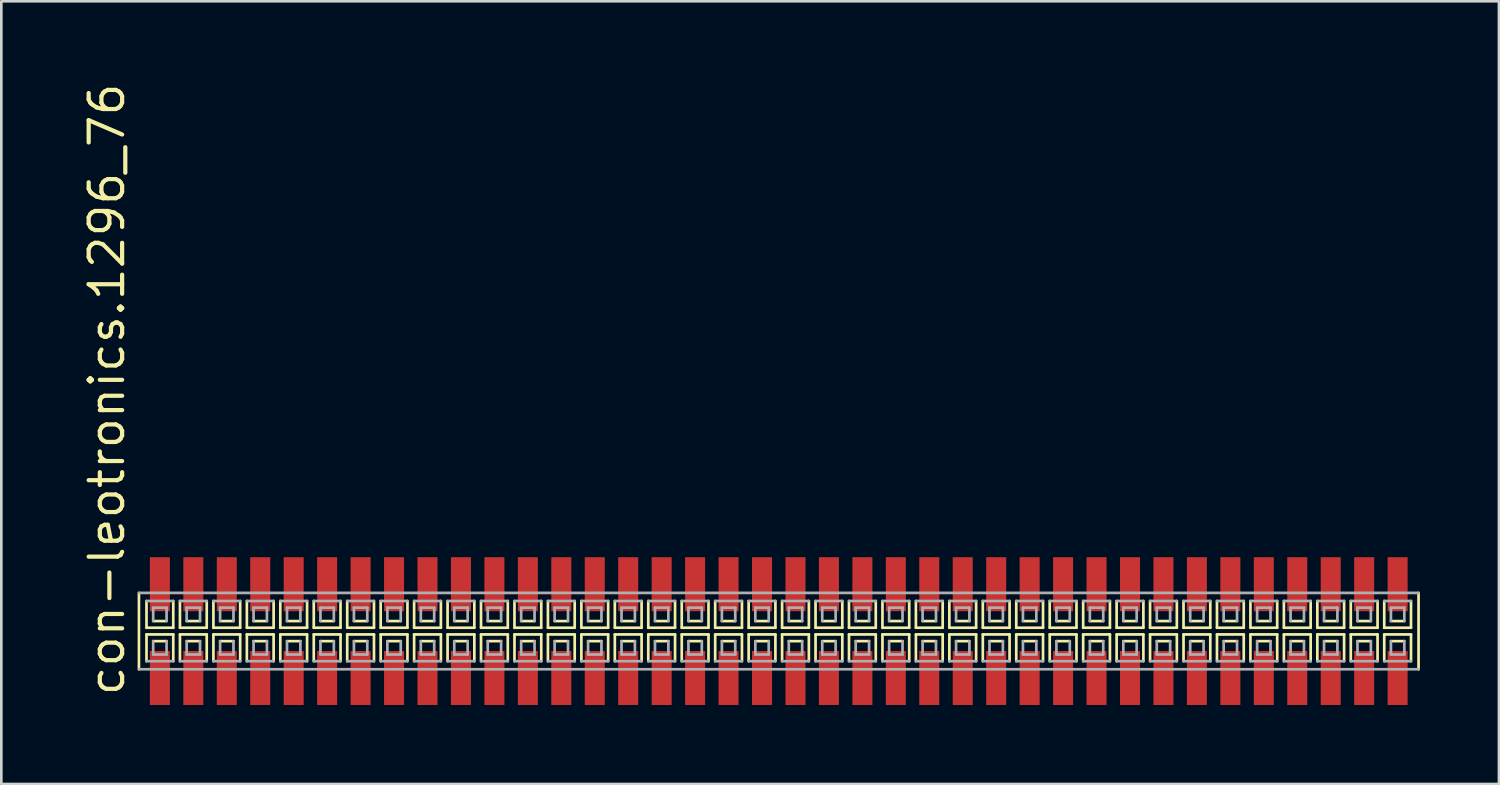
<source format=kicad_pcb>
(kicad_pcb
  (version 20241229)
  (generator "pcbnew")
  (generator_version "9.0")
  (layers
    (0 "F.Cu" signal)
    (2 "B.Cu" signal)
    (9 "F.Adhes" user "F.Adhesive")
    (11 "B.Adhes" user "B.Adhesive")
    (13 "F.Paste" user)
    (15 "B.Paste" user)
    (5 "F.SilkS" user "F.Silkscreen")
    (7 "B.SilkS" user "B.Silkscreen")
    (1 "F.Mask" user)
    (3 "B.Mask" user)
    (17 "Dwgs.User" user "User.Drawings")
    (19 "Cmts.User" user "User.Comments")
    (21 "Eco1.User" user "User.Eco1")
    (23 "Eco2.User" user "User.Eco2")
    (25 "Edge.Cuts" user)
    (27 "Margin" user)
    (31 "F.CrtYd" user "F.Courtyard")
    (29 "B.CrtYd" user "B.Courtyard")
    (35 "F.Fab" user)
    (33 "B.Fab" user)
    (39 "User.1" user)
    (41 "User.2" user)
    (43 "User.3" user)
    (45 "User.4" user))
  (footprint "con-leotronics.1296_76"
    (layer "F.Cu")
    (at 26.515 20.909)
    (property "Reference" "con-leotronics.1296_76" (at -24.765 2.54 90) (layer "F.SilkS") (effects (font (size 1.27 1.27) (thickness 0.16)) (justify left bottom)))
    (attr smd)
    (fp_line (start -24.29 -1.45) (end -24.29 1.45) (stroke (width 0.102) (type default)) (layer "F.SilkS"))
    (fp_line (start -24.003 -1.143) (end -24.003 -0.127) (stroke (width 0.102) (type default)) (layer "F.SilkS"))
    (fp_line (start -24.003 -0.127) (end -22.987 -0.127) (stroke (width 0.102) (type default)) (layer "F.SilkS"))
    (fp_line (start -24.003 0.127) (end -24.003 1.143) (stroke (width 0.102) (type default)) (layer "F.SilkS"))
    (fp_line (start -23.749 -0.381) (end -23.241 -0.381) (stroke (width 0.102) (type default)) (layer "F.SilkS"))
    (fp_line (start -23.241 0.381) (end -23.749 0.381) (stroke (width 0.102) (type default)) (layer "F.SilkS"))
    (fp_line (start -22.987 -0.127) (end -22.987 -1.143) (stroke (width 0.102) (type default)) (layer "F.SilkS"))
    (fp_line (start -22.987 0.127) (end -24.003 0.127) (stroke (width 0.102) (type default)) (layer "F.SilkS"))
    (fp_line (start -22.987 1.143) (end -22.987 0.127) (stroke (width 0.102) (type default)) (layer "F.SilkS"))
    (fp_line (start -22.733 -1.143) (end -22.733 -0.127) (stroke (width 0.102) (type default)) (layer "F.SilkS"))
    (fp_line (start -22.733 -0.127) (end -21.717 -0.127) (stroke (width 0.102) (type default)) (layer "F.SilkS"))
    (fp_line (start -22.733 0.127) (end -22.733 1.143) (stroke (width 0.102) (type default)) (layer "F.SilkS"))
    (fp_line (start -22.479 -0.381) (end -21.971 -0.381) (stroke (width 0.102) (type default)) (layer "F.SilkS"))
    (fp_line (start -21.971 0.381) (end -22.479 0.381) (stroke (width 0.102) (type default)) (layer "F.SilkS"))
    (fp_line (start -21.717 -0.127) (end -21.717 -1.143) (stroke (width 0.102) (type default)) (layer "F.SilkS"))
    (fp_line (start -21.717 0.127) (end -22.733 0.127) (stroke (width 0.102) (type default)) (layer "F.SilkS"))
    (fp_line (start -21.717 1.143) (end -21.717 0.127) (stroke (width 0.102) (type default)) (layer "F.SilkS"))
    (fp_line (start -21.463 -1.143) (end -21.463 -0.127) (stroke (width 0.102) (type default)) (layer "F.SilkS"))
    (fp_line (start -21.463 -0.127) (end -20.447 -0.127) (stroke (width 0.102) (type default)) (layer "F.SilkS"))
    (fp_line (start -21.463 0.127) (end -21.463 1.143) (stroke (width 0.102) (type default)) (layer "F.SilkS"))
    (fp_line (start -21.209 -0.381) (end -20.701 -0.381) (stroke (width 0.102) (type default)) (layer "F.SilkS"))
    (fp_line (start -20.701 0.381) (end -21.209 0.381) (stroke (width 0.102) (type default)) (layer "F.SilkS"))
    (fp_line (start -20.447 -0.127) (end -20.447 -1.143) (stroke (width 0.102) (type default)) (layer "F.SilkS"))
    (fp_line (start -20.447 0.127) (end -21.463 0.127) (stroke (width 0.102) (type default)) (layer "F.SilkS"))
    (fp_line (start -20.447 1.143) (end -20.447 0.127) (stroke (width 0.102) (type default)) (layer "F.SilkS"))
    (fp_line (start -20.193 -1.143) (end -20.193 -0.127) (stroke (width 0.102) (type default)) (layer "F.SilkS"))
    (fp_line (start -20.193 -0.127) (end -19.177 -0.127) (stroke (width 0.102) (type default)) (layer "F.SilkS"))
    (fp_line (start -20.193 0.127) (end -20.193 1.143) (stroke (width 0.102) (type default)) (layer "F.SilkS"))
    (fp_line (start -19.939 -0.381) (end -19.431 -0.381) (stroke (width 0.102) (type default)) (layer "F.SilkS"))
    (fp_line (start -19.431 0.381) (end -19.939 0.381) (stroke (width 0.102) (type default)) (layer "F.SilkS"))
    (fp_line (start -19.177 -0.127) (end -19.177 -1.143) (stroke (width 0.102) (type default)) (layer "F.SilkS"))
    (fp_line (start -19.177 0.127) (end -20.193 0.127) (stroke (width 0.102) (type default)) (layer "F.SilkS"))
    (fp_line (start -19.177 1.143) (end -19.177 0.127) (stroke (width 0.102) (type default)) (layer "F.SilkS"))
    (fp_line (start -18.923 -1.143) (end -18.923 -0.127) (stroke (width 0.102) (type default)) (layer "F.SilkS"))
    (fp_line (start -18.923 -0.127) (end -17.907 -0.127) (stroke (width 0.102) (type default)) (layer "F.SilkS"))
    (fp_line (start -18.923 0.127) (end -18.923 1.143) (stroke (width 0.102) (type default)) (layer "F.SilkS"))
    (fp_line (start -18.669 -0.381) (end -18.161 -0.381) (stroke (width 0.102) (type default)) (layer "F.SilkS"))
    (fp_line (start -18.161 0.381) (end -18.669 0.381) (stroke (width 0.102) (type default)) (layer "F.SilkS"))
    (fp_line (start -17.907 -0.127) (end -17.907 -1.143) (stroke (width 0.102) (type default)) (layer "F.SilkS"))
    (fp_line (start -17.907 0.127) (end -18.923 0.127) (stroke (width 0.102) (type default)) (layer "F.SilkS"))
    (fp_line (start -17.907 1.143) (end -17.907 0.127) (stroke (width 0.102) (type default)) (layer "F.SilkS"))
    (fp_line (start -17.653 -1.143) (end -17.653 -0.127) (stroke (width 0.102) (type default)) (layer "F.SilkS"))
    (fp_line (start -17.653 -0.127) (end -16.637 -0.127) (stroke (width 0.102) (type default)) (layer "F.SilkS"))
    (fp_line (start -17.653 0.127) (end -17.653 1.143) (stroke (width 0.102) (type default)) (layer "F.SilkS"))
    (fp_line (start -17.399 -0.381) (end -16.891 -0.381) (stroke (width 0.102) (type default)) (layer "F.SilkS"))
    (fp_line (start -16.891 0.381) (end -17.399 0.381) (stroke (width 0.102) (type default)) (layer "F.SilkS"))
    (fp_line (start -16.637 -0.127) (end -16.637 -1.143) (stroke (width 0.102) (type default)) (layer "F.SilkS"))
    (fp_line (start -16.637 0.127) (end -17.653 0.127) (stroke (width 0.102) (type default)) (layer "F.SilkS"))
    (fp_line (start -16.637 1.143) (end -16.637 0.127) (stroke (width 0.102) (type default)) (layer "F.SilkS"))
    (fp_line (start -16.383 -1.143) (end -16.383 -0.127) (stroke (width 0.102) (type default)) (layer "F.SilkS"))
    (fp_line (start -16.383 -0.127) (end -15.367 -0.127) (stroke (width 0.102) (type default)) (layer "F.SilkS"))
    (fp_line (start -16.383 0.127) (end -16.383 1.143) (stroke (width 0.102) (type default)) (layer "F.SilkS"))
    (fp_line (start -16.129 -0.381) (end -15.621 -0.381) (stroke (width 0.102) (type default)) (layer "F.SilkS"))
    (fp_line (start -15.621 0.381) (end -16.129 0.381) (stroke (width 0.102) (type default)) (layer "F.SilkS"))
    (fp_line (start -15.367 -0.127) (end -15.367 -1.143) (stroke (width 0.102) (type default)) (layer "F.SilkS"))
    (fp_line (start -15.367 0.127) (end -16.383 0.127) (stroke (width 0.102) (type default)) (layer "F.SilkS"))
    (fp_line (start -15.367 1.143) (end -15.367 0.127) (stroke (width 0.102) (type default)) (layer "F.SilkS"))
    (fp_line (start -15.113 -1.143) (end -15.113 -0.127) (stroke (width 0.102) (type default)) (layer "F.SilkS"))
    (fp_line (start -15.113 -0.127) (end -14.097 -0.127) (stroke (width 0.102) (type default)) (layer "F.SilkS"))
    (fp_line (start -15.113 0.127) (end -15.113 1.143) (stroke (width 0.102) (type default)) (layer "F.SilkS"))
    (fp_line (start -14.859 -0.381) (end -14.351 -0.381) (stroke (width 0.102) (type default)) (layer "F.SilkS"))
    (fp_line (start -14.351 0.381) (end -14.859 0.381) (stroke (width 0.102) (type default)) (layer "F.SilkS"))
    (fp_line (start -14.097 -0.127) (end -14.097 -1.143) (stroke (width 0.102) (type default)) (layer "F.SilkS"))
    (fp_line (start -14.097 0.127) (end -15.113 0.127) (stroke (width 0.102) (type default)) (layer "F.SilkS"))
    (fp_line (start -14.097 1.143) (end -14.097 0.127) (stroke (width 0.102) (type default)) (layer "F.SilkS"))
    (fp_line (start -13.843 -1.143) (end -13.843 -0.127) (stroke (width 0.102) (type default)) (layer "F.SilkS"))
    (fp_line (start -13.843 -0.127) (end -12.827 -0.127) (stroke (width 0.102) (type default)) (layer "F.SilkS"))
    (fp_line (start -13.843 0.127) (end -13.843 1.143) (stroke (width 0.102) (type default)) (layer "F.SilkS"))
    (fp_line (start -13.589 -0.381) (end -13.081 -0.381) (stroke (width 0.102) (type default)) (layer "F.SilkS"))
    (fp_line (start -13.081 0.381) (end -13.589 0.381) (stroke (width 0.102) (type default)) (layer "F.SilkS"))
    (fp_line (start -12.827 -0.127) (end -12.827 -1.143) (stroke (width 0.102) (type default)) (layer "F.SilkS"))
    (fp_line (start -12.827 0.127) (end -13.843 0.127) (stroke (width 0.102) (type default)) (layer "F.SilkS"))
    (fp_line (start -12.827 1.143) (end -12.827 0.127) (stroke (width 0.102) (type default)) (layer "F.SilkS"))
    (fp_line (start -12.573 -1.143) (end -12.573 -0.127) (stroke (width 0.102) (type default)) (layer "F.SilkS"))
    (fp_line (start -12.573 -0.127) (end -11.557 -0.127) (stroke (width 0.102) (type default)) (layer "F.SilkS"))
    (fp_line (start -12.573 0.127) (end -12.573 1.143) (stroke (width 0.102) (type default)) (layer "F.SilkS"))
    (fp_line (start -12.319 -0.381) (end -11.811 -0.381) (stroke (width 0.102) (type default)) (layer "F.SilkS"))
    (fp_line (start -11.811 0.381) (end -12.319 0.381) (stroke (width 0.102) (type default)) (layer "F.SilkS"))
    (fp_line (start -11.557 -0.127) (end -11.557 -1.143) (stroke (width 0.102) (type default)) (layer "F.SilkS"))
    (fp_line (start -11.557 0.127) (end -12.573 0.127) (stroke (width 0.102) (type default)) (layer "F.SilkS"))
    (fp_line (start -11.557 1.143) (end -11.557 0.127) (stroke (width 0.102) (type default)) (layer "F.SilkS"))
    (fp_line (start -11.303 -1.143) (end -11.303 -0.127) (stroke (width 0.102) (type default)) (layer "F.SilkS"))
    (fp_line (start -11.303 -0.127) (end -10.287 -0.127) (stroke (width 0.102) (type default)) (layer "F.SilkS"))
    (fp_line (start -11.303 0.127) (end -11.303 1.143) (stroke (width 0.102) (type default)) (layer "F.SilkS"))
    (fp_line (start -11.049 -0.381) (end -10.541 -0.381) (stroke (width 0.102) (type default)) (layer "F.SilkS"))
    (fp_line (start -10.541 0.381) (end -11.049 0.381) (stroke (width 0.102) (type default)) (layer "F.SilkS"))
    (fp_line (start -10.287 -0.127) (end -10.287 -1.143) (stroke (width 0.102) (type default)) (layer "F.SilkS"))
    (fp_line (start -10.287 0.127) (end -11.303 0.127) (stroke (width 0.102) (type default)) (layer "F.SilkS"))
    (fp_line (start -10.287 1.143) (end -10.287 0.127) (stroke (width 0.102) (type default)) (layer "F.SilkS"))
    (fp_line (start -10.033 -1.143) (end -10.033 -0.127) (stroke (width 0.102) (type default)) (layer "F.SilkS"))
    (fp_line (start -10.033 -0.127) (end -9.017 -0.127) (stroke (width 0.102) (type default)) (layer "F.SilkS"))
    (fp_line (start -10.033 0.127) (end -10.033 1.143) (stroke (width 0.102) (type default)) (layer "F.SilkS"))
    (fp_line (start -9.779 -0.381) (end -9.271 -0.381) (stroke (width 0.102) (type default)) (layer "F.SilkS"))
    (fp_line (start -9.271 0.381) (end -9.779 0.381) (stroke (width 0.102) (type default)) (layer "F.SilkS"))
    (fp_line (start -9.017 -0.127) (end -9.017 -1.143) (stroke (width 0.102) (type default)) (layer "F.SilkS"))
    (fp_line (start -9.017 0.127) (end -10.033 0.127) (stroke (width 0.102) (type default)) (layer "F.SilkS"))
    (fp_line (start -9.017 1.143) (end -9.017 0.127) (stroke (width 0.102) (type default)) (layer "F.SilkS"))
    (fp_line (start -8.763 -1.143) (end -8.763 -0.127) (stroke (width 0.102) (type default)) (layer "F.SilkS"))
    (fp_line (start -8.763 -0.127) (end -7.747 -0.127) (stroke (width 0.102) (type default)) (layer "F.SilkS"))
    (fp_line (start -8.763 0.127) (end -8.763 1.143) (stroke (width 0.102) (type default)) (layer "F.SilkS"))
    (fp_line (start -8.509 -0.381) (end -8.001 -0.381) (stroke (width 0.102) (type default)) (layer "F.SilkS"))
    (fp_line (start -8.001 0.381) (end -8.509 0.381) (stroke (width 0.102) (type default)) (layer "F.SilkS"))
    (fp_line (start -7.747 -0.127) (end -7.747 -1.143) (stroke (width 0.102) (type default)) (layer "F.SilkS"))
    (fp_line (start -7.747 0.127) (end -8.763 0.127) (stroke (width 0.102) (type default)) (layer "F.SilkS"))
    (fp_line (start -7.747 1.143) (end -7.747 0.127) (stroke (width 0.102) (type default)) (layer "F.SilkS"))
    (fp_line (start -7.493 -1.143) (end -7.493 -0.127) (stroke (width 0.102) (type default)) (layer "F.SilkS"))
    (fp_line (start -7.493 -0.127) (end -6.477 -0.127) (stroke (width 0.102) (type default)) (layer "F.SilkS"))
    (fp_line (start -7.493 0.127) (end -7.493 1.143) (stroke (width 0.102) (type default)) (layer "F.SilkS"))
    (fp_line (start -7.239 -0.381) (end -6.731 -0.381) (stroke (width 0.102) (type default)) (layer "F.SilkS"))
    (fp_line (start -6.731 0.381) (end -7.239 0.381) (stroke (width 0.102) (type default)) (layer "F.SilkS"))
    (fp_line (start -6.477 -0.127) (end -6.477 -1.143) (stroke (width 0.102) (type default)) (layer "F.SilkS"))
    (fp_line (start -6.477 0.127) (end -7.493 0.127) (stroke (width 0.102) (type default)) (layer "F.SilkS"))
    (fp_line (start -6.477 1.143) (end -6.477 0.127) (stroke (width 0.102) (type default)) (layer "F.SilkS"))
    (fp_line (start -6.223 -1.143) (end -6.223 -0.127) (stroke (width 0.102) (type default)) (layer "F.SilkS"))
    (fp_line (start -6.223 -0.127) (end -5.207 -0.127) (stroke (width 0.102) (type default)) (layer "F.SilkS"))
    (fp_line (start -6.223 0.127) (end -6.223 1.143) (stroke (width 0.102) (type default)) (layer "F.SilkS"))
    (fp_line (start -5.969 -0.381) (end -5.461 -0.381) (stroke (width 0.102) (type default)) (layer "F.SilkS"))
    (fp_line (start -5.461 0.381) (end -5.969 0.381) (stroke (width 0.102) (type default)) (layer "F.SilkS"))
    (fp_line (start -5.207 -0.127) (end -5.207 -1.143) (stroke (width 0.102) (type default)) (layer "F.SilkS"))
    (fp_line (start -5.207 0.127) (end -6.223 0.127) (stroke (width 0.102) (type default)) (layer "F.SilkS"))
    (fp_line (start -5.207 1.143) (end -5.207 0.127) (stroke (width 0.102) (type default)) (layer "F.SilkS"))
    (fp_line (start -4.953 -1.143) (end -4.953 -0.127) (stroke (width 0.102) (type default)) (layer "F.SilkS"))
    (fp_line (start -4.953 -0.127) (end -3.937 -0.127) (stroke (width 0.102) (type default)) (layer "F.SilkS"))
    (fp_line (start -4.953 0.127) (end -4.953 1.143) (stroke (width 0.102) (type default)) (layer "F.SilkS"))
    (fp_line (start -4.699 -0.381) (end -4.191 -0.381) (stroke (width 0.102) (type default)) (layer "F.SilkS"))
    (fp_line (start -4.191 0.381) (end -4.699 0.381) (stroke (width 0.102) (type default)) (layer "F.SilkS"))
    (fp_line (start -3.937 -0.127) (end -3.937 -1.143) (stroke (width 0.102) (type default)) (layer "F.SilkS"))
    (fp_line (start -3.937 0.127) (end -4.953 0.127) (stroke (width 0.102) (type default)) (layer "F.SilkS"))
    (fp_line (start -3.937 1.143) (end -3.937 0.127) (stroke (width 0.102) (type default)) (layer "F.SilkS"))
    (fp_line (start -3.683 -1.143) (end -3.683 -0.127) (stroke (width 0.102) (type default)) (layer "F.SilkS"))
    (fp_line (start -3.683 -0.127) (end -2.667 -0.127) (stroke (width 0.102) (type default)) (layer "F.SilkS"))
    (fp_line (start -3.683 0.127) (end -3.683 1.143) (stroke (width 0.102) (type default)) (layer "F.SilkS"))
    (fp_line (start -3.429 -0.381) (end -2.921 -0.381) (stroke (width 0.102) (type default)) (layer "F.SilkS"))
    (fp_line (start -2.921 0.381) (end -3.429 0.381) (stroke (width 0.102) (type default)) (layer "F.SilkS"))
    (fp_line (start -2.667 -0.127) (end -2.667 -1.143) (stroke (width 0.102) (type default)) (layer "F.SilkS"))
    (fp_line (start -2.667 0.127) (end -3.683 0.127) (stroke (width 0.102) (type default)) (layer "F.SilkS"))
    (fp_line (start -2.667 1.143) (end -2.667 0.127) (stroke (width 0.102) (type default)) (layer "F.SilkS"))
    (fp_line (start -2.413 -1.143) (end -2.413 -0.127) (stroke (width 0.102) (type default)) (layer "F.SilkS"))
    (fp_line (start -2.413 -0.127) (end -1.397 -0.127) (stroke (width 0.102) (type default)) (layer "F.SilkS"))
    (fp_line (start -2.413 0.127) (end -2.413 1.143) (stroke (width 0.102) (type default)) (layer "F.SilkS"))
    (fp_line (start -2.159 -0.381) (end -1.651 -0.381) (stroke (width 0.102) (type default)) (layer "F.SilkS"))
    (fp_line (start -1.651 0.381) (end -2.159 0.381) (stroke (width 0.102) (type default)) (layer "F.SilkS"))
    (fp_line (start -1.397 -0.127) (end -1.397 -1.143) (stroke (width 0.102) (type default)) (layer "F.SilkS"))
    (fp_line (start -1.397 0.127) (end -2.413 0.127) (stroke (width 0.102) (type default)) (layer "F.SilkS"))
    (fp_line (start -1.397 1.143) (end -1.397 0.127) (stroke (width 0.102) (type default)) (layer "F.SilkS"))
    (fp_line (start -1.143 -1.143) (end -1.143 -0.127) (stroke (width 0.102) (type default)) (layer "F.SilkS"))
    (fp_line (start -1.143 -0.127) (end -0.127 -0.127) (stroke (width 0.102) (type default)) (layer "F.SilkS"))
    (fp_line (start -1.143 0.127) (end -1.143 1.143) (stroke (width 0.102) (type default)) (layer "F.SilkS"))
    (fp_line (start -0.889 -0.381) (end -0.381 -0.381) (stroke (width 0.102) (type default)) (layer "F.SilkS"))
    (fp_line (start -0.381 0.381) (end -0.889 0.381) (stroke (width 0.102) (type default)) (layer "F.SilkS"))
    (fp_line (start -0.127 -0.127) (end -0.127 -1.143) (stroke (width 0.102) (type default)) (layer "F.SilkS"))
    (fp_line (start -0.127 0.127) (end -1.143 0.127) (stroke (width 0.102) (type default)) (layer "F.SilkS"))
    (fp_line (start -0.127 1.143) (end -0.127 0.127) (stroke (width 0.102) (type default)) (layer "F.SilkS"))
    (fp_line (start 0.127 -1.143) (end 0.127 -0.127) (stroke (width 0.102) (type default)) (layer "F.SilkS"))
    (fp_line (start 0.127 -0.127) (end 1.143 -0.127) (stroke (width 0.102) (type default)) (layer "F.SilkS"))
    (fp_line (start 0.127 0.127) (end 0.127 1.143) (stroke (width 0.102) (type default)) (layer "F.SilkS"))
    (fp_line (start 0.381 -0.381) (end 0.889 -0.381) (stroke (width 0.102) (type default)) (layer "F.SilkS"))
    (fp_line (start 0.889 0.381) (end 0.381 0.381) (stroke (width 0.102) (type default)) (layer "F.SilkS"))
    (fp_line (start 1.143 -0.127) (end 1.143 -1.143) (stroke (width 0.102) (type default)) (layer "F.SilkS"))
    (fp_line (start 1.143 0.127) (end 0.127 0.127) (stroke (width 0.102) (type default)) (layer "F.SilkS"))
    (fp_line (start 1.143 1.143) (end 1.143 0.127) (stroke (width 0.102) (type default)) (layer "F.SilkS"))
    (fp_line (start 1.397 -1.143) (end 1.397 -0.127) (stroke (width 0.102) (type default)) (layer "F.SilkS"))
    (fp_line (start 1.397 -0.127) (end 2.413 -0.127) (stroke (width 0.102) (type default)) (layer "F.SilkS"))
    (fp_line (start 1.397 0.127) (end 1.397 1.143) (stroke (width 0.102) (type default)) (layer "F.SilkS"))
    (fp_line (start 1.651 -0.381) (end 2.159 -0.381) (stroke (width 0.102) (type default)) (layer "F.SilkS"))
    (fp_line (start 2.159 0.381) (end 1.651 0.381) (stroke (width 0.102) (type default)) (layer "F.SilkS"))
    (fp_line (start 2.413 -0.127) (end 2.413 -1.143) (stroke (width 0.102) (type default)) (layer "F.SilkS"))
    (fp_line (start 2.413 0.127) (end 1.397 0.127) (stroke (width 0.102) (type default)) (layer "F.SilkS"))
    (fp_line (start 2.413 1.143) (end 2.413 0.127) (stroke (width 0.102) (type default)) (layer "F.SilkS"))
    (fp_line (start 2.667 -1.143) (end 2.667 -0.127) (stroke (width 0.102) (type default)) (layer "F.SilkS"))
    (fp_line (start 2.667 -0.127) (end 3.683 -0.127) (stroke (width 0.102) (type default)) (layer "F.SilkS"))
    (fp_line (start 2.667 0.127) (end 2.667 1.143) (stroke (width 0.102) (type default)) (layer "F.SilkS"))
    (fp_line (start 2.921 -0.381) (end 3.429 -0.381) (stroke (width 0.102) (type default)) (layer "F.SilkS"))
    (fp_line (start 3.429 0.381) (end 2.921 0.381) (stroke (width 0.102) (type default)) (layer "F.SilkS"))
    (fp_line (start 3.683 -0.127) (end 3.683 -1.143) (stroke (width 0.102) (type default)) (layer "F.SilkS"))
    (fp_line (start 3.683 0.127) (end 2.667 0.127) (stroke (width 0.102) (type default)) (layer "F.SilkS"))
    (fp_line (start 3.683 1.143) (end 3.683 0.127) (stroke (width 0.102) (type default)) (layer "F.SilkS"))
    (fp_line (start 3.937 -1.143) (end 3.937 -0.127) (stroke (width 0.102) (type default)) (layer "F.SilkS"))
    (fp_line (start 3.937 -0.127) (end 4.953 -0.127) (stroke (width 0.102) (type default)) (layer "F.SilkS"))
    (fp_line (start 3.937 0.127) (end 3.937 1.143) (stroke (width 0.102) (type default)) (layer "F.SilkS"))
    (fp_line (start 4.191 -0.381) (end 4.699 -0.381) (stroke (width 0.102) (type default)) (layer "F.SilkS"))
    (fp_line (start 4.699 0.381) (end 4.191 0.381) (stroke (width 0.102) (type default)) (layer "F.SilkS"))
    (fp_line (start 4.953 -0.127) (end 4.953 -1.143) (stroke (width 0.102) (type default)) (layer "F.SilkS"))
    (fp_line (start 4.953 0.127) (end 3.937 0.127) (stroke (width 0.102) (type default)) (layer "F.SilkS"))
    (fp_line (start 4.953 1.143) (end 4.953 0.127) (stroke (width 0.102) (type default)) (layer "F.SilkS"))
    (fp_line (start 5.207 -1.143) (end 5.207 -0.127) (stroke (width 0.102) (type default)) (layer "F.SilkS"))
    (fp_line (start 5.207 -0.127) (end 6.223 -0.127) (stroke (width 0.102) (type default)) (layer "F.SilkS"))
    (fp_line (start 5.207 0.127) (end 5.207 1.143) (stroke (width 0.102) (type default)) (layer "F.SilkS"))
    (fp_line (start 5.461 -0.381) (end 5.969 -0.381) (stroke (width 0.102) (type default)) (layer "F.SilkS"))
    (fp_line (start 5.969 0.381) (end 5.461 0.381) (stroke (width 0.102) (type default)) (layer "F.SilkS"))
    (fp_line (start 6.223 -0.127) (end 6.223 -1.143) (stroke (width 0.102) (type default)) (layer "F.SilkS"))
    (fp_line (start 6.223 0.127) (end 5.207 0.127) (stroke (width 0.102) (type default)) (layer "F.SilkS"))
    (fp_line (start 6.223 1.143) (end 6.223 0.127) (stroke (width 0.102) (type default)) (layer "F.SilkS"))
    (fp_line (start 6.477 -1.143) (end 6.477 -0.127) (stroke (width 0.102) (type default)) (layer "F.SilkS"))
    (fp_line (start 6.477 -0.127) (end 7.493 -0.127) (stroke (width 0.102) (type default)) (layer "F.SilkS"))
    (fp_line (start 6.477 0.127) (end 6.477 1.143) (stroke (width 0.102) (type default)) (layer "F.SilkS"))
    (fp_line (start 6.731 -0.381) (end 7.239 -0.381) (stroke (width 0.102) (type default)) (layer "F.SilkS"))
    (fp_line (start 7.239 0.381) (end 6.731 0.381) (stroke (width 0.102) (type default)) (layer "F.SilkS"))
    (fp_line (start 7.493 -0.127) (end 7.493 -1.143) (stroke (width 0.102) (type default)) (layer "F.SilkS"))
    (fp_line (start 7.493 0.127) (end 6.477 0.127) (stroke (width 0.102) (type default)) (layer "F.SilkS"))
    (fp_line (start 7.493 1.143) (end 7.493 0.127) (stroke (width 0.102) (type default)) (layer "F.SilkS"))
    (fp_line (start 7.747 -1.143) (end 7.747 -0.127) (stroke (width 0.102) (type default)) (layer "F.SilkS"))
    (fp_line (start 7.747 -0.127) (end 8.763 -0.127) (stroke (width 0.102) (type default)) (layer "F.SilkS"))
    (fp_line (start 7.747 0.127) (end 7.747 1.143) (stroke (width 0.102) (type default)) (layer "F.SilkS"))
    (fp_line (start 8.001 -0.381) (end 8.509 -0.381) (stroke (width 0.102) (type default)) (layer "F.SilkS"))
    (fp_line (start 8.509 0.381) (end 8.001 0.381) (stroke (width 0.102) (type default)) (layer "F.SilkS"))
    (fp_line (start 8.763 -0.127) (end 8.763 -1.143) (stroke (width 0.102) (type default)) (layer "F.SilkS"))
    (fp_line (start 8.763 0.127) (end 7.747 0.127) (stroke (width 0.102) (type default)) (layer "F.SilkS"))
    (fp_line (start 8.763 1.143) (end 8.763 0.127) (stroke (width 0.102) (type default)) (layer "F.SilkS"))
    (fp_line (start 9.017 -1.143) (end 9.017 -0.127) (stroke (width 0.102) (type default)) (layer "F.SilkS"))
    (fp_line (start 9.017 -0.127) (end 10.033 -0.127) (stroke (width 0.102) (type default)) (layer "F.SilkS"))
    (fp_line (start 9.017 0.127) (end 9.017 1.143) (stroke (width 0.102) (type default)) (layer "F.SilkS"))
    (fp_line (start 9.271 -0.381) (end 9.779 -0.381) (stroke (width 0.102) (type default)) (layer "F.SilkS"))
    (fp_line (start 9.779 0.381) (end 9.271 0.381) (stroke (width 0.102) (type default)) (layer "F.SilkS"))
    (fp_line (start 10.033 -0.127) (end 10.033 -1.143) (stroke (width 0.102) (type default)) (layer "F.SilkS"))
    (fp_line (start 10.033 0.127) (end 9.017 0.127) (stroke (width 0.102) (type default)) (layer "F.SilkS"))
    (fp_line (start 10.033 1.143) (end 10.033 0.127) (stroke (width 0.102) (type default)) (layer "F.SilkS"))
    (fp_line (start 10.287 -1.143) (end 10.287 -0.127) (stroke (width 0.102) (type default)) (layer "F.SilkS"))
    (fp_line (start 10.287 -0.127) (end 11.303 -0.127) (stroke (width 0.102) (type default)) (layer "F.SilkS"))
    (fp_line (start 10.287 0.127) (end 10.287 1.143) (stroke (width 0.102) (type default)) (layer "F.SilkS"))
    (fp_line (start 10.541 -0.381) (end 11.049 -0.381) (stroke (width 0.102) (type default)) (layer "F.SilkS"))
    (fp_line (start 11.049 0.381) (end 10.541 0.381) (stroke (width 0.102) (type default)) (layer "F.SilkS"))
    (fp_line (start 11.303 -0.127) (end 11.303 -1.143) (stroke (width 0.102) (type default)) (layer "F.SilkS"))
    (fp_line (start 11.303 0.127) (end 10.287 0.127) (stroke (width 0.102) (type default)) (layer "F.SilkS"))
    (fp_line (start 11.303 1.143) (end 11.303 0.127) (stroke (width 0.102) (type default)) (layer "F.SilkS"))
    (fp_line (start 11.557 -1.143) (end 11.557 -0.127) (stroke (width 0.102) (type default)) (layer "F.SilkS"))
    (fp_line (start 11.557 -0.127) (end 12.573 -0.127) (stroke (width 0.102) (type default)) (layer "F.SilkS"))
    (fp_line (start 11.557 0.127) (end 11.557 1.143) (stroke (width 0.102) (type default)) (layer "F.SilkS"))
    (fp_line (start 11.811 -0.381) (end 12.319 -0.381) (stroke (width 0.102) (type default)) (layer "F.SilkS"))
    (fp_line (start 12.319 0.381) (end 11.811 0.381) (stroke (width 0.102) (type default)) (layer "F.SilkS"))
    (fp_line (start 12.573 -0.127) (end 12.573 -1.143) (stroke (width 0.102) (type default)) (layer "F.SilkS"))
    (fp_line (start 12.573 0.127) (end 11.557 0.127) (stroke (width 0.102) (type default)) (layer "F.SilkS"))
    (fp_line (start 12.573 1.143) (end 12.573 0.127) (stroke (width 0.102) (type default)) (layer "F.SilkS"))
    (fp_line (start 12.827 -1.143) (end 12.827 -0.127) (stroke (width 0.102) (type default)) (layer "F.SilkS"))
    (fp_line (start 12.827 -0.127) (end 13.843 -0.127) (stroke (width 0.102) (type default)) (layer "F.SilkS"))
    (fp_line (start 12.827 0.127) (end 12.827 1.143) (stroke (width 0.102) (type default)) (layer "F.SilkS"))
    (fp_line (start 13.081 -0.381) (end 13.589 -0.381) (stroke (width 0.102) (type default)) (layer "F.SilkS"))
    (fp_line (start 13.589 0.381) (end 13.081 0.381) (stroke (width 0.102) (type default)) (layer "F.SilkS"))
    (fp_line (start 13.843 -0.127) (end 13.843 -1.143) (stroke (width 0.102) (type default)) (layer "F.SilkS"))
    (fp_line (start 13.843 0.127) (end 12.827 0.127) (stroke (width 0.102) (type default)) (layer "F.SilkS"))
    (fp_line (start 13.843 1.143) (end 13.843 0.127) (stroke (width 0.102) (type default)) (layer "F.SilkS"))
    (fp_line (start 14.097 -1.143) (end 14.097 -0.127) (stroke (width 0.102) (type default)) (layer "F.SilkS"))
    (fp_line (start 14.097 -0.127) (end 15.113 -0.127) (stroke (width 0.102) (type default)) (layer "F.SilkS"))
    (fp_line (start 14.097 0.127) (end 14.097 1.143) (stroke (width 0.102) (type default)) (layer "F.SilkS"))
    (fp_line (start 14.351 -0.381) (end 14.859 -0.381) (stroke (width 0.102) (type default)) (layer "F.SilkS"))
    (fp_line (start 14.859 0.381) (end 14.351 0.381) (stroke (width 0.102) (type default)) (layer "F.SilkS"))
    (fp_line (start 15.113 -0.127) (end 15.113 -1.143) (stroke (width 0.102) (type default)) (layer "F.SilkS"))
    (fp_line (start 15.113 0.127) (end 14.097 0.127) (stroke (width 0.102) (type default)) (layer "F.SilkS"))
    (fp_line (start 15.113 1.143) (end 15.113 0.127) (stroke (width 0.102) (type default)) (layer "F.SilkS"))
    (fp_line (start 15.367 -1.143) (end 15.367 -0.127) (stroke (width 0.102) (type default)) (layer "F.SilkS"))
    (fp_line (start 15.367 -0.127) (end 16.383 -0.127) (stroke (width 0.102) (type default)) (layer "F.SilkS"))
    (fp_line (start 15.367 0.127) (end 15.367 1.143) (stroke (width 0.102) (type default)) (layer "F.SilkS"))
    (fp_line (start 15.621 -0.381) (end 16.129 -0.381) (stroke (width 0.102) (type default)) (layer "F.SilkS"))
    (fp_line (start 16.129 0.381) (end 15.621 0.381) (stroke (width 0.102) (type default)) (layer "F.SilkS"))
    (fp_line (start 16.383 -0.127) (end 16.383 -1.143) (stroke (width 0.102) (type default)) (layer "F.SilkS"))
    (fp_line (start 16.383 0.127) (end 15.367 0.127) (stroke (width 0.102) (type default)) (layer "F.SilkS"))
    (fp_line (start 16.383 1.143) (end 16.383 0.127) (stroke (width 0.102) (type default)) (layer "F.SilkS"))
    (fp_line (start 16.637 -1.143) (end 16.637 -0.127) (stroke (width 0.102) (type default)) (layer "F.SilkS"))
    (fp_line (start 16.637 -0.127) (end 17.653 -0.127) (stroke (width 0.102) (type default)) (layer "F.SilkS"))
    (fp_line (start 16.637 0.127) (end 16.637 1.143) (stroke (width 0.102) (type default)) (layer "F.SilkS"))
    (fp_line (start 16.891 -0.381) (end 17.399 -0.381) (stroke (width 0.102) (type default)) (layer "F.SilkS"))
    (fp_line (start 17.399 0.381) (end 16.891 0.381) (stroke (width 0.102) (type default)) (layer "F.SilkS"))
    (fp_line (start 17.653 -0.127) (end 17.653 -1.143) (stroke (width 0.102) (type default)) (layer "F.SilkS"))
    (fp_line (start 17.653 0.127) (end 16.637 0.127) (stroke (width 0.102) (type default)) (layer "F.SilkS"))
    (fp_line (start 17.653 1.143) (end 17.653 0.127) (stroke (width 0.102) (type default)) (layer "F.SilkS"))
    (fp_line (start 17.907 -1.143) (end 17.907 -0.127) (stroke (width 0.102) (type default)) (layer "F.SilkS"))
    (fp_line (start 17.907 -0.127) (end 18.923 -0.127) (stroke (width 0.102) (type default)) (layer "F.SilkS"))
    (fp_line (start 17.907 0.127) (end 17.907 1.143) (stroke (width 0.102) (type default)) (layer "F.SilkS"))
    (fp_line (start 18.161 -0.381) (end 18.669 -0.381) (stroke (width 0.102) (type default)) (layer "F.SilkS"))
    (fp_line (start 18.669 0.381) (end 18.161 0.381) (stroke (width 0.102) (type default)) (layer "F.SilkS"))
    (fp_line (start 18.923 -0.127) (end 18.923 -1.143) (stroke (width 0.102) (type default)) (layer "F.SilkS"))
    (fp_line (start 18.923 0.127) (end 17.907 0.127) (stroke (width 0.102) (type default)) (layer "F.SilkS"))
    (fp_line (start 18.923 1.143) (end 18.923 0.127) (stroke (width 0.102) (type default)) (layer "F.SilkS"))
    (fp_line (start 19.177 -1.143) (end 19.177 -0.127) (stroke (width 0.102) (type default)) (layer "F.SilkS"))
    (fp_line (start 19.177 -0.127) (end 20.193 -0.127) (stroke (width 0.102) (type default)) (layer "F.SilkS"))
    (fp_line (start 19.177 0.127) (end 19.177 1.143) (stroke (width 0.102) (type default)) (layer "F.SilkS"))
    (fp_line (start 19.431 -0.381) (end 19.939 -0.381) (stroke (width 0.102) (type default)) (layer "F.SilkS"))
    (fp_line (start 19.939 0.381) (end 19.431 0.381) (stroke (width 0.102) (type default)) (layer "F.SilkS"))
    (fp_line (start 20.193 -0.127) (end 20.193 -1.143) (stroke (width 0.102) (type default)) (layer "F.SilkS"))
    (fp_line (start 20.193 0.127) (end 19.177 0.127) (stroke (width 0.102) (type default)) (layer "F.SilkS"))
    (fp_line (start 20.193 1.143) (end 20.193 0.127) (stroke (width 0.102) (type default)) (layer "F.SilkS"))
    (fp_line (start 20.447 -1.143) (end 20.447 -0.127) (stroke (width 0.102) (type default)) (layer "F.SilkS"))
    (fp_line (start 20.447 -0.127) (end 21.463 -0.127) (stroke (width 0.102) (type default)) (layer "F.SilkS"))
    (fp_line (start 20.447 0.127) (end 20.447 1.143) (stroke (width 0.102) (type default)) (layer "F.SilkS"))
    (fp_line (start 20.701 -0.381) (end 21.209 -0.381) (stroke (width 0.102) (type default)) (layer "F.SilkS"))
    (fp_line (start 21.209 0.381) (end 20.701 0.381) (stroke (width 0.102) (type default)) (layer "F.SilkS"))
    (fp_line (start 21.463 -0.127) (end 21.463 -1.143) (stroke (width 0.102) (type default)) (layer "F.SilkS"))
    (fp_line (start 21.463 0.127) (end 20.447 0.127) (stroke (width 0.102) (type default)) (layer "F.SilkS"))
    (fp_line (start 21.463 1.143) (end 21.463 0.127) (stroke (width 0.102) (type default)) (layer "F.SilkS"))
    (fp_line (start 21.717 -1.143) (end 21.717 -0.127) (stroke (width 0.102) (type default)) (layer "F.SilkS"))
    (fp_line (start 21.717 -0.127) (end 22.733 -0.127) (stroke (width 0.102) (type default)) (layer "F.SilkS"))
    (fp_line (start 21.717 0.127) (end 21.717 1.143) (stroke (width 0.102) (type default)) (layer "F.SilkS"))
    (fp_line (start 21.971 -0.381) (end 22.479 -0.381) (stroke (width 0.102) (type default)) (layer "F.SilkS"))
    (fp_line (start 22.479 0.381) (end 21.971 0.381) (stroke (width 0.102) (type default)) (layer "F.SilkS"))
    (fp_line (start 22.733 -0.127) (end 22.733 -1.143) (stroke (width 0.102) (type default)) (layer "F.SilkS"))
    (fp_line (start 22.733 0.127) (end 21.717 0.127) (stroke (width 0.102) (type default)) (layer "F.SilkS"))
    (fp_line (start 22.733 1.143) (end 22.733 0.127) (stroke (width 0.102) (type default)) (layer "F.SilkS"))
    (fp_line (start 22.987 -1.143) (end 22.987 -0.127) (stroke (width 0.102) (type default)) (layer "F.SilkS"))
    (fp_line (start 22.987 -0.127) (end 24.003 -0.127) (stroke (width 0.102) (type default)) (layer "F.SilkS"))
    (fp_line (start 22.987 0.127) (end 22.987 1.143) (stroke (width 0.102) (type default)) (layer "F.SilkS"))
    (fp_line (start 23.241 -0.381) (end 23.749 -0.381) (stroke (width 0.102) (type default)) (layer "F.SilkS"))
    (fp_line (start 23.749 0.381) (end 23.241 0.381) (stroke (width 0.102) (type default)) (layer "F.SilkS"))
    (fp_line (start 24.003 -0.127) (end 24.003 -1.143) (stroke (width 0.102) (type default)) (layer "F.SilkS"))
    (fp_line (start 24.003 0.127) (end 22.987 0.127) (stroke (width 0.102) (type default)) (layer "F.SilkS"))
    (fp_line (start 24.003 1.143) (end 24.003 0.127) (stroke (width 0.102) (type default)) (layer "F.SilkS"))
    (fp_line (start 24.29 1.45) (end 24.29 -1.45) (stroke (width 0.102) (type default)) (layer "F.SilkS"))
    (fp_line (start -24.29 1.45) (end 24.29 1.45) (stroke (width 0.102) (type default)) (layer "F.Fab"))
    (fp_line (start -24.003 1.143) (end -22.987 1.143) (stroke (width 0.102) (type default)) (layer "F.Fab"))
    (fp_line (start -23.749 -0.889) (end -23.749 -0.381) (stroke (width 0.102) (type default)) (layer "F.Fab"))
    (fp_line (start -23.749 0.381) (end -23.749 0.889) (stroke (width 0.102) (type default)) (layer "F.Fab"))
    (fp_line (start -23.749 0.889) (end -23.241 0.889) (stroke (width 0.102) (type default)) (layer "F.Fab"))
    (fp_line (start -23.241 -0.889) (end -23.749 -0.889) (stroke (width 0.102) (type default)) (layer "F.Fab"))
    (fp_line (start -23.241 -0.381) (end -23.241 -0.889) (stroke (width 0.102) (type default)) (layer "F.Fab"))
    (fp_line (start -23.241 0.889) (end -23.241 0.381) (stroke (width 0.102) (type default)) (layer "F.Fab"))
    (fp_line (start -22.987 -1.143) (end -24.003 -1.143) (stroke (width 0.102) (type default)) (layer "F.Fab"))
    (fp_line (start -22.733 1.143) (end -21.717 1.143) (stroke (width 0.102) (type default)) (layer "F.Fab"))
    (fp_line (start -22.479 -0.889) (end -22.479 -0.381) (stroke (width 0.102) (type default)) (layer "F.Fab"))
    (fp_line (start -22.479 0.381) (end -22.479 0.889) (stroke (width 0.102) (type default)) (layer "F.Fab"))
    (fp_line (start -22.479 0.889) (end -21.971 0.889) (stroke (width 0.102) (type default)) (layer "F.Fab"))
    (fp_line (start -21.971 -0.889) (end -22.479 -0.889) (stroke (width 0.102) (type default)) (layer "F.Fab"))
    (fp_line (start -21.971 -0.381) (end -21.971 -0.889) (stroke (width 0.102) (type default)) (layer "F.Fab"))
    (fp_line (start -21.971 0.889) (end -21.971 0.381) (stroke (width 0.102) (type default)) (layer "F.Fab"))
    (fp_line (start -21.717 -1.143) (end -22.733 -1.143) (stroke (width 0.102) (type default)) (layer "F.Fab"))
    (fp_line (start -21.463 1.143) (end -20.447 1.143) (stroke (width 0.102) (type default)) (layer "F.Fab"))
    (fp_line (start -21.209 -0.889) (end -21.209 -0.381) (stroke (width 0.102) (type default)) (layer "F.Fab"))
    (fp_line (start -21.209 0.381) (end -21.209 0.889) (stroke (width 0.102) (type default)) (layer "F.Fab"))
    (fp_line (start -21.209 0.889) (end -20.701 0.889) (stroke (width 0.102) (type default)) (layer "F.Fab"))
    (fp_line (start -20.701 -0.889) (end -21.209 -0.889) (stroke (width 0.102) (type default)) (layer "F.Fab"))
    (fp_line (start -20.701 -0.381) (end -20.701 -0.889) (stroke (width 0.102) (type default)) (layer "F.Fab"))
    (fp_line (start -20.701 0.889) (end -20.701 0.381) (stroke (width 0.102) (type default)) (layer "F.Fab"))
    (fp_line (start -20.447 -1.143) (end -21.463 -1.143) (stroke (width 0.102) (type default)) (layer "F.Fab"))
    (fp_line (start -20.193 1.143) (end -19.177 1.143) (stroke (width 0.102) (type default)) (layer "F.Fab"))
    (fp_line (start -19.939 -0.889) (end -19.939 -0.381) (stroke (width 0.102) (type default)) (layer "F.Fab"))
    (fp_line (start -19.939 0.381) (end -19.939 0.889) (stroke (width 0.102) (type default)) (layer "F.Fab"))
    (fp_line (start -19.939 0.889) (end -19.431 0.889) (stroke (width 0.102) (type default)) (layer "F.Fab"))
    (fp_line (start -19.431 -0.889) (end -19.939 -0.889) (stroke (width 0.102) (type default)) (layer "F.Fab"))
    (fp_line (start -19.431 -0.381) (end -19.431 -0.889) (stroke (width 0.102) (type default)) (layer "F.Fab"))
    (fp_line (start -19.431 0.889) (end -19.431 0.381) (stroke (width 0.102) (type default)) (layer "F.Fab"))
    (fp_line (start -19.177 -1.143) (end -20.193 -1.143) (stroke (width 0.102) (type default)) (layer "F.Fab"))
    (fp_line (start -18.923 1.143) (end -17.907 1.143) (stroke (width 0.102) (type default)) (layer "F.Fab"))
    (fp_line (start -18.669 -0.889) (end -18.669 -0.381) (stroke (width 0.102) (type default)) (layer "F.Fab"))
    (fp_line (start -18.669 0.381) (end -18.669 0.889) (stroke (width 0.102) (type default)) (layer "F.Fab"))
    (fp_line (start -18.669 0.889) (end -18.161 0.889) (stroke (width 0.102) (type default)) (layer "F.Fab"))
    (fp_line (start -18.161 -0.889) (end -18.669 -0.889) (stroke (width 0.102) (type default)) (layer "F.Fab"))
    (fp_line (start -18.161 -0.381) (end -18.161 -0.889) (stroke (width 0.102) (type default)) (layer "F.Fab"))
    (fp_line (start -18.161 0.889) (end -18.161 0.381) (stroke (width 0.102) (type default)) (layer "F.Fab"))
    (fp_line (start -17.907 -1.143) (end -18.923 -1.143) (stroke (width 0.102) (type default)) (layer "F.Fab"))
    (fp_line (start -17.653 1.143) (end -16.637 1.143) (stroke (width 0.102) (type default)) (layer "F.Fab"))
    (fp_line (start -17.399 -0.889) (end -17.399 -0.381) (stroke (width 0.102) (type default)) (layer "F.Fab"))
    (fp_line (start -17.399 0.381) (end -17.399 0.889) (stroke (width 0.102) (type default)) (layer "F.Fab"))
    (fp_line (start -17.399 0.889) (end -16.891 0.889) (stroke (width 0.102) (type default)) (layer "F.Fab"))
    (fp_line (start -16.891 -0.889) (end -17.399 -0.889) (stroke (width 0.102) (type default)) (layer "F.Fab"))
    (fp_line (start -16.891 -0.381) (end -16.891 -0.889) (stroke (width 0.102) (type default)) (layer "F.Fab"))
    (fp_line (start -16.891 0.889) (end -16.891 0.381) (stroke (width 0.102) (type default)) (layer "F.Fab"))
    (fp_line (start -16.637 -1.143) (end -17.653 -1.143) (stroke (width 0.102) (type default)) (layer "F.Fab"))
    (fp_line (start -16.383 1.143) (end -15.367 1.143) (stroke (width 0.102) (type default)) (layer "F.Fab"))
    (fp_line (start -16.129 -0.889) (end -16.129 -0.381) (stroke (width 0.102) (type default)) (layer "F.Fab"))
    (fp_line (start -16.129 0.381) (end -16.129 0.889) (stroke (width 0.102) (type default)) (layer "F.Fab"))
    (fp_line (start -16.129 0.889) (end -15.621 0.889) (stroke (width 0.102) (type default)) (layer "F.Fab"))
    (fp_line (start -15.621 -0.889) (end -16.129 -0.889) (stroke (width 0.102) (type default)) (layer "F.Fab"))
    (fp_line (start -15.621 -0.381) (end -15.621 -0.889) (stroke (width 0.102) (type default)) (layer "F.Fab"))
    (fp_line (start -15.621 0.889) (end -15.621 0.381) (stroke (width 0.102) (type default)) (layer "F.Fab"))
    (fp_line (start -15.367 -1.143) (end -16.383 -1.143) (stroke (width 0.102) (type default)) (layer "F.Fab"))
    (fp_line (start -15.113 1.143) (end -14.097 1.143) (stroke (width 0.102) (type default)) (layer "F.Fab"))
    (fp_line (start -14.859 -0.889) (end -14.859 -0.381) (stroke (width 0.102) (type default)) (layer "F.Fab"))
    (fp_line (start -14.859 0.381) (end -14.859 0.889) (stroke (width 0.102) (type default)) (layer "F.Fab"))
    (fp_line (start -14.859 0.889) (end -14.351 0.889) (stroke (width 0.102) (type default)) (layer "F.Fab"))
    (fp_line (start -14.351 -0.889) (end -14.859 -0.889) (stroke (width 0.102) (type default)) (layer "F.Fab"))
    (fp_line (start -14.351 -0.381) (end -14.351 -0.889) (stroke (width 0.102) (type default)) (layer "F.Fab"))
    (fp_line (start -14.351 0.889) (end -14.351 0.381) (stroke (width 0.102) (type default)) (layer "F.Fab"))
    (fp_line (start -14.097 -1.143) (end -15.113 -1.143) (stroke (width 0.102) (type default)) (layer "F.Fab"))
    (fp_line (start -13.843 1.143) (end -12.827 1.143) (stroke (width 0.102) (type default)) (layer "F.Fab"))
    (fp_line (start -13.589 -0.889) (end -13.589 -0.381) (stroke (width 0.102) (type default)) (layer "F.Fab"))
    (fp_line (start -13.589 0.381) (end -13.589 0.889) (stroke (width 0.102) (type default)) (layer "F.Fab"))
    (fp_line (start -13.589 0.889) (end -13.081 0.889) (stroke (width 0.102) (type default)) (layer "F.Fab"))
    (fp_line (start -13.081 -0.889) (end -13.589 -0.889) (stroke (width 0.102) (type default)) (layer "F.Fab"))
    (fp_line (start -13.081 -0.381) (end -13.081 -0.889) (stroke (width 0.102) (type default)) (layer "F.Fab"))
    (fp_line (start -13.081 0.889) (end -13.081 0.381) (stroke (width 0.102) (type default)) (layer "F.Fab"))
    (fp_line (start -12.827 -1.143) (end -13.843 -1.143) (stroke (width 0.102) (type default)) (layer "F.Fab"))
    (fp_line (start -12.573 1.143) (end -11.557 1.143) (stroke (width 0.102) (type default)) (layer "F.Fab"))
    (fp_line (start -12.319 -0.889) (end -12.319 -0.381) (stroke (width 0.102) (type default)) (layer "F.Fab"))
    (fp_line (start -12.319 0.381) (end -12.319 0.889) (stroke (width 0.102) (type default)) (layer "F.Fab"))
    (fp_line (start -12.319 0.889) (end -11.811 0.889) (stroke (width 0.102) (type default)) (layer "F.Fab"))
    (fp_line (start -11.811 -0.889) (end -12.319 -0.889) (stroke (width 0.102) (type default)) (layer "F.Fab"))
    (fp_line (start -11.811 -0.381) (end -11.811 -0.889) (stroke (width 0.102) (type default)) (layer "F.Fab"))
    (fp_line (start -11.811 0.889) (end -11.811 0.381) (stroke (width 0.102) (type default)) (layer "F.Fab"))
    (fp_line (start -11.557 -1.143) (end -12.573 -1.143) (stroke (width 0.102) (type default)) (layer "F.Fab"))
    (fp_line (start -11.303 1.143) (end -10.287 1.143) (stroke (width 0.102) (type default)) (layer "F.Fab"))
    (fp_line (start -11.049 -0.889) (end -11.049 -0.381) (stroke (width 0.102) (type default)) (layer "F.Fab"))
    (fp_line (start -11.049 0.381) (end -11.049 0.889) (stroke (width 0.102) (type default)) (layer "F.Fab"))
    (fp_line (start -11.049 0.889) (end -10.541 0.889) (stroke (width 0.102) (type default)) (layer "F.Fab"))
    (fp_line (start -10.541 -0.889) (end -11.049 -0.889) (stroke (width 0.102) (type default)) (layer "F.Fab"))
    (fp_line (start -10.541 -0.381) (end -10.541 -0.889) (stroke (width 0.102) (type default)) (layer "F.Fab"))
    (fp_line (start -10.541 0.889) (end -10.541 0.381) (stroke (width 0.102) (type default)) (layer "F.Fab"))
    (fp_line (start -10.287 -1.143) (end -11.303 -1.143) (stroke (width 0.102) (type default)) (layer "F.Fab"))
    (fp_line (start -10.033 1.143) (end -9.017 1.143) (stroke (width 0.102) (type default)) (layer "F.Fab"))
    (fp_line (start -9.779 -0.889) (end -9.779 -0.381) (stroke (width 0.102) (type default)) (layer "F.Fab"))
    (fp_line (start -9.779 0.381) (end -9.779 0.889) (stroke (width 0.102) (type default)) (layer "F.Fab"))
    (fp_line (start -9.779 0.889) (end -9.271 0.889) (stroke (width 0.102) (type default)) (layer "F.Fab"))
    (fp_line (start -9.271 -0.889) (end -9.779 -0.889) (stroke (width 0.102) (type default)) (layer "F.Fab"))
    (fp_line (start -9.271 -0.381) (end -9.271 -0.889) (stroke (width 0.102) (type default)) (layer "F.Fab"))
    (fp_line (start -9.271 0.889) (end -9.271 0.381) (stroke (width 0.102) (type default)) (layer "F.Fab"))
    (fp_line (start -9.017 -1.143) (end -10.033 -1.143) (stroke (width 0.102) (type default)) (layer "F.Fab"))
    (fp_line (start -8.763 1.143) (end -7.747 1.143) (stroke (width 0.102) (type default)) (layer "F.Fab"))
    (fp_line (start -8.509 -0.889) (end -8.509 -0.381) (stroke (width 0.102) (type default)) (layer "F.Fab"))
    (fp_line (start -8.509 0.381) (end -8.509 0.889) (stroke (width 0.102) (type default)) (layer "F.Fab"))
    (fp_line (start -8.509 0.889) (end -8.001 0.889) (stroke (width 0.102) (type default)) (layer "F.Fab"))
    (fp_line (start -8.001 -0.889) (end -8.509 -0.889) (stroke (width 0.102) (type default)) (layer "F.Fab"))
    (fp_line (start -8.001 -0.381) (end -8.001 -0.889) (stroke (width 0.102) (type default)) (layer "F.Fab"))
    (fp_line (start -8.001 0.889) (end -8.001 0.381) (stroke (width 0.102) (type default)) (layer "F.Fab"))
    (fp_line (start -7.747 -1.143) (end -8.763 -1.143) (stroke (width 0.102) (type default)) (layer "F.Fab"))
    (fp_line (start -7.493 1.143) (end -6.477 1.143) (stroke (width 0.102) (type default)) (layer "F.Fab"))
    (fp_line (start -7.239 -0.889) (end -7.239 -0.381) (stroke (width 0.102) (type default)) (layer "F.Fab"))
    (fp_line (start -7.239 0.381) (end -7.239 0.889) (stroke (width 0.102) (type default)) (layer "F.Fab"))
    (fp_line (start -7.239 0.889) (end -6.731 0.889) (stroke (width 0.102) (type default)) (layer "F.Fab"))
    (fp_line (start -6.731 -0.889) (end -7.239 -0.889) (stroke (width 0.102) (type default)) (layer "F.Fab"))
    (fp_line (start -6.731 -0.381) (end -6.731 -0.889) (stroke (width 0.102) (type default)) (layer "F.Fab"))
    (fp_line (start -6.731 0.889) (end -6.731 0.381) (stroke (width 0.102) (type default)) (layer "F.Fab"))
    (fp_line (start -6.477 -1.143) (end -7.493 -1.143) (stroke (width 0.102) (type default)) (layer "F.Fab"))
    (fp_line (start -6.223 1.143) (end -5.207 1.143) (stroke (width 0.102) (type default)) (layer "F.Fab"))
    (fp_line (start -5.969 -0.889) (end -5.969 -0.381) (stroke (width 0.102) (type default)) (layer "F.Fab"))
    (fp_line (start -5.969 0.381) (end -5.969 0.889) (stroke (width 0.102) (type default)) (layer "F.Fab"))
    (fp_line (start -5.969 0.889) (end -5.461 0.889) (stroke (width 0.102) (type default)) (layer "F.Fab"))
    (fp_line (start -5.461 -0.889) (end -5.969 -0.889) (stroke (width 0.102) (type default)) (layer "F.Fab"))
    (fp_line (start -5.461 -0.381) (end -5.461 -0.889) (stroke (width 0.102) (type default)) (layer "F.Fab"))
    (fp_line (start -5.461 0.889) (end -5.461 0.381) (stroke (width 0.102) (type default)) (layer "F.Fab"))
    (fp_line (start -5.207 -1.143) (end -6.223 -1.143) (stroke (width 0.102) (type default)) (layer "F.Fab"))
    (fp_line (start -4.953 1.143) (end -3.937 1.143) (stroke (width 0.102) (type default)) (layer "F.Fab"))
    (fp_line (start -4.699 -0.889) (end -4.699 -0.381) (stroke (width 0.102) (type default)) (layer "F.Fab"))
    (fp_line (start -4.699 0.381) (end -4.699 0.889) (stroke (width 0.102) (type default)) (layer "F.Fab"))
    (fp_line (start -4.699 0.889) (end -4.191 0.889) (stroke (width 0.102) (type default)) (layer "F.Fab"))
    (fp_line (start -4.191 -0.889) (end -4.699 -0.889) (stroke (width 0.102) (type default)) (layer "F.Fab"))
    (fp_line (start -4.191 -0.381) (end -4.191 -0.889) (stroke (width 0.102) (type default)) (layer "F.Fab"))
    (fp_line (start -4.191 0.889) (end -4.191 0.381) (stroke (width 0.102) (type default)) (layer "F.Fab"))
    (fp_line (start -3.937 -1.143) (end -4.953 -1.143) (stroke (width 0.102) (type default)) (layer "F.Fab"))
    (fp_line (start -3.683 1.143) (end -2.667 1.143) (stroke (width 0.102) (type default)) (layer "F.Fab"))
    (fp_line (start -3.429 -0.889) (end -3.429 -0.381) (stroke (width 0.102) (type default)) (layer "F.Fab"))
    (fp_line (start -3.429 0.381) (end -3.429 0.889) (stroke (width 0.102) (type default)) (layer "F.Fab"))
    (fp_line (start -3.429 0.889) (end -2.921 0.889) (stroke (width 0.102) (type default)) (layer "F.Fab"))
    (fp_line (start -2.921 -0.889) (end -3.429 -0.889) (stroke (width 0.102) (type default)) (layer "F.Fab"))
    (fp_line (start -2.921 -0.381) (end -2.921 -0.889) (stroke (width 0.102) (type default)) (layer "F.Fab"))
    (fp_line (start -2.921 0.889) (end -2.921 0.381) (stroke (width 0.102) (type default)) (layer "F.Fab"))
    (fp_line (start -2.667 -1.143) (end -3.683 -1.143) (stroke (width 0.102) (type default)) (layer "F.Fab"))
    (fp_line (start -2.413 1.143) (end -1.397 1.143) (stroke (width 0.102) (type default)) (layer "F.Fab"))
    (fp_line (start -2.159 -0.889) (end -2.159 -0.381) (stroke (width 0.102) (type default)) (layer "F.Fab"))
    (fp_line (start -2.159 0.381) (end -2.159 0.889) (stroke (width 0.102) (type default)) (layer "F.Fab"))
    (fp_line (start -2.159 0.889) (end -1.651 0.889) (stroke (width 0.102) (type default)) (layer "F.Fab"))
    (fp_line (start -1.651 -0.889) (end -2.159 -0.889) (stroke (width 0.102) (type default)) (layer "F.Fab"))
    (fp_line (start -1.651 -0.381) (end -1.651 -0.889) (stroke (width 0.102) (type default)) (layer "F.Fab"))
    (fp_line (start -1.651 0.889) (end -1.651 0.381) (stroke (width 0.102) (type default)) (layer "F.Fab"))
    (fp_line (start -1.397 -1.143) (end -2.413 -1.143) (stroke (width 0.102) (type default)) (layer "F.Fab"))
    (fp_line (start -1.143 1.143) (end -0.127 1.143) (stroke (width 0.102) (type default)) (layer "F.Fab"))
    (fp_line (start -0.889 -0.889) (end -0.889 -0.381) (stroke (width 0.102) (type default)) (layer "F.Fab"))
    (fp_line (start -0.889 0.381) (end -0.889 0.889) (stroke (width 0.102) (type default)) (layer "F.Fab"))
    (fp_line (start -0.889 0.889) (end -0.381 0.889) (stroke (width 0.102) (type default)) (layer "F.Fab"))
    (fp_line (start -0.381 -0.889) (end -0.889 -0.889) (stroke (width 0.102) (type default)) (layer "F.Fab"))
    (fp_line (start -0.381 -0.381) (end -0.381 -0.889) (stroke (width 0.102) (type default)) (layer "F.Fab"))
    (fp_line (start -0.381 0.889) (end -0.381 0.381) (stroke (width 0.102) (type default)) (layer "F.Fab"))
    (fp_line (start -0.127 -1.143) (end -1.143 -1.143) (stroke (width 0.102) (type default)) (layer "F.Fab"))
    (fp_line (start 0.127 1.143) (end 1.143 1.143) (stroke (width 0.102) (type default)) (layer "F.Fab"))
    (fp_line (start 0.381 -0.889) (end 0.381 -0.381) (stroke (width 0.102) (type default)) (layer "F.Fab"))
    (fp_line (start 0.381 0.381) (end 0.381 0.889) (stroke (width 0.102) (type default)) (layer "F.Fab"))
    (fp_line (start 0.381 0.889) (end 0.889 0.889) (stroke (width 0.102) (type default)) (layer "F.Fab"))
    (fp_line (start 0.889 -0.889) (end 0.381 -0.889) (stroke (width 0.102) (type default)) (layer "F.Fab"))
    (fp_line (start 0.889 -0.381) (end 0.889 -0.889) (stroke (width 0.102) (type default)) (layer "F.Fab"))
    (fp_line (start 0.889 0.889) (end 0.889 0.381) (stroke (width 0.102) (type default)) (layer "F.Fab"))
    (fp_line (start 1.143 -1.143) (end 0.127 -1.143) (stroke (width 0.102) (type default)) (layer "F.Fab"))
    (fp_line (start 1.397 1.143) (end 2.413 1.143) (stroke (width 0.102) (type default)) (layer "F.Fab"))
    (fp_line (start 1.651 -0.889) (end 1.651 -0.381) (stroke (width 0.102) (type default)) (layer "F.Fab"))
    (fp_line (start 1.651 0.381) (end 1.651 0.889) (stroke (width 0.102) (type default)) (layer "F.Fab"))
    (fp_line (start 1.651 0.889) (end 2.159 0.889) (stroke (width 0.102) (type default)) (layer "F.Fab"))
    (fp_line (start 2.159 -0.889) (end 1.651 -0.889) (stroke (width 0.102) (type default)) (layer "F.Fab"))
    (fp_line (start 2.159 -0.381) (end 2.159 -0.889) (stroke (width 0.102) (type default)) (layer "F.Fab"))
    (fp_line (start 2.159 0.889) (end 2.159 0.381) (stroke (width 0.102) (type default)) (layer "F.Fab"))
    (fp_line (start 2.413 -1.143) (end 1.397 -1.143) (stroke (width 0.102) (type default)) (layer "F.Fab"))
    (fp_line (start 2.667 1.143) (end 3.683 1.143) (stroke (width 0.102) (type default)) (layer "F.Fab"))
    (fp_line (start 2.921 -0.889) (end 2.921 -0.381) (stroke (width 0.102) (type default)) (layer "F.Fab"))
    (fp_line (start 2.921 0.381) (end 2.921 0.889) (stroke (width 0.102) (type default)) (layer "F.Fab"))
    (fp_line (start 2.921 0.889) (end 3.429 0.889) (stroke (width 0.102) (type default)) (layer "F.Fab"))
    (fp_line (start 3.429 -0.889) (end 2.921 -0.889) (stroke (width 0.102) (type default)) (layer "F.Fab"))
    (fp_line (start 3.429 -0.381) (end 3.429 -0.889) (stroke (width 0.102) (type default)) (layer "F.Fab"))
    (fp_line (start 3.429 0.889) (end 3.429 0.381) (stroke (width 0.102) (type default)) (layer "F.Fab"))
    (fp_line (start 3.683 -1.143) (end 2.667 -1.143) (stroke (width 0.102) (type default)) (layer "F.Fab"))
    (fp_line (start 3.937 1.143) (end 4.953 1.143) (stroke (width 0.102) (type default)) (layer "F.Fab"))
    (fp_line (start 4.191 -0.889) (end 4.191 -0.381) (stroke (width 0.102) (type default)) (layer "F.Fab"))
    (fp_line (start 4.191 0.381) (end 4.191 0.889) (stroke (width 0.102) (type default)) (layer "F.Fab"))
    (fp_line (start 4.191 0.889) (end 4.699 0.889) (stroke (width 0.102) (type default)) (layer "F.Fab"))
    (fp_line (start 4.699 -0.889) (end 4.191 -0.889) (stroke (width 0.102) (type default)) (layer "F.Fab"))
    (fp_line (start 4.699 -0.381) (end 4.699 -0.889) (stroke (width 0.102) (type default)) (layer "F.Fab"))
    (fp_line (start 4.699 0.889) (end 4.699 0.381) (stroke (width 0.102) (type default)) (layer "F.Fab"))
    (fp_line (start 4.953 -1.143) (end 3.937 -1.143) (stroke (width 0.102) (type default)) (layer "F.Fab"))
    (fp_line (start 5.207 1.143) (end 6.223 1.143) (stroke (width 0.102) (type default)) (layer "F.Fab"))
    (fp_line (start 5.461 -0.889) (end 5.461 -0.381) (stroke (width 0.102) (type default)) (layer "F.Fab"))
    (fp_line (start 5.461 0.381) (end 5.461 0.889) (stroke (width 0.102) (type default)) (layer "F.Fab"))
    (fp_line (start 5.461 0.889) (end 5.969 0.889) (stroke (width 0.102) (type default)) (layer "F.Fab"))
    (fp_line (start 5.969 -0.889) (end 5.461 -0.889) (stroke (width 0.102) (type default)) (layer "F.Fab"))
    (fp_line (start 5.969 -0.381) (end 5.969 -0.889) (stroke (width 0.102) (type default)) (layer "F.Fab"))
    (fp_line (start 5.969 0.889) (end 5.969 0.381) (stroke (width 0.102) (type default)) (layer "F.Fab"))
    (fp_line (start 6.223 -1.143) (end 5.207 -1.143) (stroke (width 0.102) (type default)) (layer "F.Fab"))
    (fp_line (start 6.477 1.143) (end 7.493 1.143) (stroke (width 0.102) (type default)) (layer "F.Fab"))
    (fp_line (start 6.731 -0.889) (end 6.731 -0.381) (stroke (width 0.102) (type default)) (layer "F.Fab"))
    (fp_line (start 6.731 0.381) (end 6.731 0.889) (stroke (width 0.102) (type default)) (layer "F.Fab"))
    (fp_line (start 6.731 0.889) (end 7.239 0.889) (stroke (width 0.102) (type default)) (layer "F.Fab"))
    (fp_line (start 7.239 -0.889) (end 6.731 -0.889) (stroke (width 0.102) (type default)) (layer "F.Fab"))
    (fp_line (start 7.239 -0.381) (end 7.239 -0.889) (stroke (width 0.102) (type default)) (layer "F.Fab"))
    (fp_line (start 7.239 0.889) (end 7.239 0.381) (stroke (width 0.102) (type default)) (layer "F.Fab"))
    (fp_line (start 7.493 -1.143) (end 6.477 -1.143) (stroke (width 0.102) (type default)) (layer "F.Fab"))
    (fp_line (start 7.747 1.143) (end 8.763 1.143) (stroke (width 0.102) (type default)) (layer "F.Fab"))
    (fp_line (start 8.001 -0.889) (end 8.001 -0.381) (stroke (width 0.102) (type default)) (layer "F.Fab"))
    (fp_line (start 8.001 0.381) (end 8.001 0.889) (stroke (width 0.102) (type default)) (layer "F.Fab"))
    (fp_line (start 8.001 0.889) (end 8.509 0.889) (stroke (width 0.102) (type default)) (layer "F.Fab"))
    (fp_line (start 8.509 -0.889) (end 8.001 -0.889) (stroke (width 0.102) (type default)) (layer "F.Fab"))
    (fp_line (start 8.509 -0.381) (end 8.509 -0.889) (stroke (width 0.102) (type default)) (layer "F.Fab"))
    (fp_line (start 8.509 0.889) (end 8.509 0.381) (stroke (width 0.102) (type default)) (layer "F.Fab"))
    (fp_line (start 8.763 -1.143) (end 7.747 -1.143) (stroke (width 0.102) (type default)) (layer "F.Fab"))
    (fp_line (start 9.017 1.143) (end 10.033 1.143) (stroke (width 0.102) (type default)) (layer "F.Fab"))
    (fp_line (start 9.271 -0.889) (end 9.271 -0.381) (stroke (width 0.102) (type default)) (layer "F.Fab"))
    (fp_line (start 9.271 0.381) (end 9.271 0.889) (stroke (width 0.102) (type default)) (layer "F.Fab"))
    (fp_line (start 9.271 0.889) (end 9.779 0.889) (stroke (width 0.102) (type default)) (layer "F.Fab"))
    (fp_line (start 9.779 -0.889) (end 9.271 -0.889) (stroke (width 0.102) (type default)) (layer "F.Fab"))
    (fp_line (start 9.779 -0.381) (end 9.779 -0.889) (stroke (width 0.102) (type default)) (layer "F.Fab"))
    (fp_line (start 9.779 0.889) (end 9.779 0.381) (stroke (width 0.102) (type default)) (layer "F.Fab"))
    (fp_line (start 10.033 -1.143) (end 9.017 -1.143) (stroke (width 0.102) (type default)) (layer "F.Fab"))
    (fp_line (start 10.287 1.143) (end 11.303 1.143) (stroke (width 0.102) (type default)) (layer "F.Fab"))
    (fp_line (start 10.541 -0.889) (end 10.541 -0.381) (stroke (width 0.102) (type default)) (layer "F.Fab"))
    (fp_line (start 10.541 0.381) (end 10.541 0.889) (stroke (width 0.102) (type default)) (layer "F.Fab"))
    (fp_line (start 10.541 0.889) (end 11.049 0.889) (stroke (width 0.102) (type default)) (layer "F.Fab"))
    (fp_line (start 11.049 -0.889) (end 10.541 -0.889) (stroke (width 0.102) (type default)) (layer "F.Fab"))
    (fp_line (start 11.049 -0.381) (end 11.049 -0.889) (stroke (width 0.102) (type default)) (layer "F.Fab"))
    (fp_line (start 11.049 0.889) (end 11.049 0.381) (stroke (width 0.102) (type default)) (layer "F.Fab"))
    (fp_line (start 11.303 -1.143) (end 10.287 -1.143) (stroke (width 0.102) (type default)) (layer "F.Fab"))
    (fp_line (start 11.557 1.143) (end 12.573 1.143) (stroke (width 0.102) (type default)) (layer "F.Fab"))
    (fp_line (start 11.811 -0.889) (end 11.811 -0.381) (stroke (width 0.102) (type default)) (layer "F.Fab"))
    (fp_line (start 11.811 0.381) (end 11.811 0.889) (stroke (width 0.102) (type default)) (layer "F.Fab"))
    (fp_line (start 11.811 0.889) (end 12.319 0.889) (stroke (width 0.102) (type default)) (layer "F.Fab"))
    (fp_line (start 12.319 -0.889) (end 11.811 -0.889) (stroke (width 0.102) (type default)) (layer "F.Fab"))
    (fp_line (start 12.319 -0.381) (end 12.319 -0.889) (stroke (width 0.102) (type default)) (layer "F.Fab"))
    (fp_line (start 12.319 0.889) (end 12.319 0.381) (stroke (width 0.102) (type default)) (layer "F.Fab"))
    (fp_line (start 12.573 -1.143) (end 11.557 -1.143) (stroke (width 0.102) (type default)) (layer "F.Fab"))
    (fp_line (start 12.827 1.143) (end 13.843 1.143) (stroke (width 0.102) (type default)) (layer "F.Fab"))
    (fp_line (start 13.081 -0.889) (end 13.081 -0.381) (stroke (width 0.102) (type default)) (layer "F.Fab"))
    (fp_line (start 13.081 0.381) (end 13.081 0.889) (stroke (width 0.102) (type default)) (layer "F.Fab"))
    (fp_line (start 13.081 0.889) (end 13.589 0.889) (stroke (width 0.102) (type default)) (layer "F.Fab"))
    (fp_line (start 13.589 -0.889) (end 13.081 -0.889) (stroke (width 0.102) (type default)) (layer "F.Fab"))
    (fp_line (start 13.589 -0.381) (end 13.589 -0.889) (stroke (width 0.102) (type default)) (layer "F.Fab"))
    (fp_line (start 13.589 0.889) (end 13.589 0.381) (stroke (width 0.102) (type default)) (layer "F.Fab"))
    (fp_line (start 13.843 -1.143) (end 12.827 -1.143) (stroke (width 0.102) (type default)) (layer "F.Fab"))
    (fp_line (start 14.097 1.143) (end 15.113 1.143) (stroke (width 0.102) (type default)) (layer "F.Fab"))
    (fp_line (start 14.351 -0.889) (end 14.351 -0.381) (stroke (width 0.102) (type default)) (layer "F.Fab"))
    (fp_line (start 14.351 0.381) (end 14.351 0.889) (stroke (width 0.102) (type default)) (layer "F.Fab"))
    (fp_line (start 14.351 0.889) (end 14.859 0.889) (stroke (width 0.102) (type default)) (layer "F.Fab"))
    (fp_line (start 14.859 -0.889) (end 14.351 -0.889) (stroke (width 0.102) (type default)) (layer "F.Fab"))
    (fp_line (start 14.859 -0.381) (end 14.859 -0.889) (stroke (width 0.102) (type default)) (layer "F.Fab"))
    (fp_line (start 14.859 0.889) (end 14.859 0.381) (stroke (width 0.102) (type default)) (layer "F.Fab"))
    (fp_line (start 15.113 -1.143) (end 14.097 -1.143) (stroke (width 0.102) (type default)) (layer "F.Fab"))
    (fp_line (start 15.367 1.143) (end 16.383 1.143) (stroke (width 0.102) (type default)) (layer "F.Fab"))
    (fp_line (start 15.621 -0.889) (end 15.621 -0.381) (stroke (width 0.102) (type default)) (layer "F.Fab"))
    (fp_line (start 15.621 0.381) (end 15.621 0.889) (stroke (width 0.102) (type default)) (layer "F.Fab"))
    (fp_line (start 15.621 0.889) (end 16.129 0.889) (stroke (width 0.102) (type default)) (layer "F.Fab"))
    (fp_line (start 16.129 -0.889) (end 15.621 -0.889) (stroke (width 0.102) (type default)) (layer "F.Fab"))
    (fp_line (start 16.129 -0.381) (end 16.129 -0.889) (stroke (width 0.102) (type default)) (layer "F.Fab"))
    (fp_line (start 16.129 0.889) (end 16.129 0.381) (stroke (width 0.102) (type default)) (layer "F.Fab"))
    (fp_line (start 16.383 -1.143) (end 15.367 -1.143) (stroke (width 0.102) (type default)) (layer "F.Fab"))
    (fp_line (start 16.637 1.143) (end 17.653 1.143) (stroke (width 0.102) (type default)) (layer "F.Fab"))
    (fp_line (start 16.891 -0.889) (end 16.891 -0.381) (stroke (width 0.102) (type default)) (layer "F.Fab"))
    (fp_line (start 16.891 0.381) (end 16.891 0.889) (stroke (width 0.102) (type default)) (layer "F.Fab"))
    (fp_line (start 16.891 0.889) (end 17.399 0.889) (stroke (width 0.102) (type default)) (layer "F.Fab"))
    (fp_line (start 17.399 -0.889) (end 16.891 -0.889) (stroke (width 0.102) (type default)) (layer "F.Fab"))
    (fp_line (start 17.399 -0.381) (end 17.399 -0.889) (stroke (width 0.102) (type default)) (layer "F.Fab"))
    (fp_line (start 17.399 0.889) (end 17.399 0.381) (stroke (width 0.102) (type default)) (layer "F.Fab"))
    (fp_line (start 17.653 -1.143) (end 16.637 -1.143) (stroke (width 0.102) (type default)) (layer "F.Fab"))
    (fp_line (start 17.907 1.143) (end 18.923 1.143) (stroke (width 0.102) (type default)) (layer "F.Fab"))
    (fp_line (start 18.161 -0.889) (end 18.161 -0.381) (stroke (width 0.102) (type default)) (layer "F.Fab"))
    (fp_line (start 18.161 0.381) (end 18.161 0.889) (stroke (width 0.102) (type default)) (layer "F.Fab"))
    (fp_line (start 18.161 0.889) (end 18.669 0.889) (stroke (width 0.102) (type default)) (layer "F.Fab"))
    (fp_line (start 18.669 -0.889) (end 18.161 -0.889) (stroke (width 0.102) (type default)) (layer "F.Fab"))
    (fp_line (start 18.669 -0.381) (end 18.669 -0.889) (stroke (width 0.102) (type default)) (layer "F.Fab"))
    (fp_line (start 18.669 0.889) (end 18.669 0.381) (stroke (width 0.102) (type default)) (layer "F.Fab"))
    (fp_line (start 18.923 -1.143) (end 17.907 -1.143) (stroke (width 0.102) (type default)) (layer "F.Fab"))
    (fp_line (start 19.177 1.143) (end 20.193 1.143) (stroke (width 0.102) (type default)) (layer "F.Fab"))
    (fp_line (start 19.431 -0.889) (end 19.431 -0.381) (stroke (width 0.102) (type default)) (layer "F.Fab"))
    (fp_line (start 19.431 0.381) (end 19.431 0.889) (stroke (width 0.102) (type default)) (layer "F.Fab"))
    (fp_line (start 19.431 0.889) (end 19.939 0.889) (stroke (width 0.102) (type default)) (layer "F.Fab"))
    (fp_line (start 19.939 -0.889) (end 19.431 -0.889) (stroke (width 0.102) (type default)) (layer "F.Fab"))
    (fp_line (start 19.939 -0.381) (end 19.939 -0.889) (stroke (width 0.102) (type default)) (layer "F.Fab"))
    (fp_line (start 19.939 0.889) (end 19.939 0.381) (stroke (width 0.102) (type default)) (layer "F.Fab"))
    (fp_line (start 20.193 -1.143) (end 19.177 -1.143) (stroke (width 0.102) (type default)) (layer "F.Fab"))
    (fp_line (start 20.447 1.143) (end 21.463 1.143) (stroke (width 0.102) (type default)) (layer "F.Fab"))
    (fp_line (start 20.701 -0.889) (end 20.701 -0.381) (stroke (width 0.102) (type default)) (layer "F.Fab"))
    (fp_line (start 20.701 0.381) (end 20.701 0.889) (stroke (width 0.102) (type default)) (layer "F.Fab"))
    (fp_line (start 20.701 0.889) (end 21.209 0.889) (stroke (width 0.102) (type default)) (layer "F.Fab"))
    (fp_line (start 21.209 -0.889) (end 20.701 -0.889) (stroke (width 0.102) (type default)) (layer "F.Fab"))
    (fp_line (start 21.209 -0.381) (end 21.209 -0.889) (stroke (width 0.102) (type default)) (layer "F.Fab"))
    (fp_line (start 21.209 0.889) (end 21.209 0.381) (stroke (width 0.102) (type default)) (layer "F.Fab"))
    (fp_line (start 21.463 -1.143) (end 20.447 -1.143) (stroke (width 0.102) (type default)) (layer "F.Fab"))
    (fp_line (start 21.717 1.143) (end 22.733 1.143) (stroke (width 0.102) (type default)) (layer "F.Fab"))
    (fp_line (start 21.971 -0.889) (end 21.971 -0.381) (stroke (width 0.102) (type default)) (layer "F.Fab"))
    (fp_line (start 21.971 0.381) (end 21.971 0.889) (stroke (width 0.102) (type default)) (layer "F.Fab"))
    (fp_line (start 21.971 0.889) (end 22.479 0.889) (stroke (width 0.102) (type default)) (layer "F.Fab"))
    (fp_line (start 22.479 -0.889) (end 21.971 -0.889) (stroke (width 0.102) (type default)) (layer "F.Fab"))
    (fp_line (start 22.479 -0.381) (end 22.479 -0.889) (stroke (width 0.102) (type default)) (layer "F.Fab"))
    (fp_line (start 22.479 0.889) (end 22.479 0.381) (stroke (width 0.102) (type default)) (layer "F.Fab"))
    (fp_line (start 22.733 -1.143) (end 21.717 -1.143) (stroke (width 0.102) (type default)) (layer "F.Fab"))
    (fp_line (start 22.987 1.143) (end 24.003 1.143) (stroke (width 0.102) (type default)) (layer "F.Fab"))
    (fp_line (start 23.241 -0.889) (end 23.241 -0.381) (stroke (width 0.102) (type default)) (layer "F.Fab"))
    (fp_line (start 23.241 0.381) (end 23.241 0.889) (stroke (width 0.102) (type default)) (layer "F.Fab"))
    (fp_line (start 23.241 0.889) (end 23.749 0.889) (stroke (width 0.102) (type default)) (layer "F.Fab"))
    (fp_line (start 23.749 -0.889) (end 23.241 -0.889) (stroke (width 0.102) (type default)) (layer "F.Fab"))
    (fp_line (start 23.749 -0.381) (end 23.749 -0.889) (stroke (width 0.102) (type default)) (layer "F.Fab"))
    (fp_line (start 23.749 0.889) (end 23.749 0.381) (stroke (width 0.102) (type default)) (layer "F.Fab"))
    (fp_line (start 24.003 -1.143) (end 22.987 -1.143) (stroke (width 0.102) (type default)) (layer "F.Fab"))
    (fp_line (start 24.29 -1.45) (end -24.29 -1.45) (stroke (width 0.102) (type default)) (layer "F.Fab"))
    (pad "1" smd roundrect (at -23.495 1.78) (size 0.76 2.05) (layers "F.Cu" "F.Mask" "F.Paste") (roundrect_rratio 0.01))
    (pad "2" smd roundrect (at -23.495 -1.78) (size 0.76 2.05) (layers "F.Cu" "F.Mask" "F.Paste") (roundrect_rratio 0.01))
    (pad "3" smd roundrect (at -22.225 1.78) (size 0.76 2.05) (layers "F.Cu" "F.Mask" "F.Paste") (roundrect_rratio 0.01))
    (pad "4" smd roundrect (at -22.225 -1.78) (size 0.76 2.05) (layers "F.Cu" "F.Mask" "F.Paste") (roundrect_rratio 0.01))
    (pad "5" smd roundrect (at -20.955 1.78) (size 0.76 2.05) (layers "F.Cu" "F.Mask" "F.Paste") (roundrect_rratio 0.01))
    (pad "6" smd roundrect (at -20.955 -1.78) (size 0.76 2.05) (layers "F.Cu" "F.Mask" "F.Paste") (roundrect_rratio 0.01))
    (pad "7" smd roundrect (at -19.685 1.78) (size 0.76 2.05) (layers "F.Cu" "F.Mask" "F.Paste") (roundrect_rratio 0.01))
    (pad "8" smd roundrect (at -19.685 -1.78) (size 0.76 2.05) (layers "F.Cu" "F.Mask" "F.Paste") (roundrect_rratio 0.01))
    (pad "9" smd roundrect (at -18.415 1.78) (size 0.76 2.05) (layers "F.Cu" "F.Mask" "F.Paste") (roundrect_rratio 0.01))
    (pad "10" smd roundrect (at -18.415 -1.78) (size 0.76 2.05) (layers "F.Cu" "F.Mask" "F.Paste") (roundrect_rratio 0.01))
    (pad "11" smd roundrect (at -17.145 1.78) (size 0.76 2.05) (layers "F.Cu" "F.Mask" "F.Paste") (roundrect_rratio 0.01))
    (pad "12" smd roundrect (at -17.145 -1.78) (size 0.76 2.05) (layers "F.Cu" "F.Mask" "F.Paste") (roundrect_rratio 0.01))
    (pad "13" smd roundrect (at -15.875 1.78) (size 0.76 2.05) (layers "F.Cu" "F.Mask" "F.Paste") (roundrect_rratio 0.01))
    (pad "14" smd roundrect (at -15.875 -1.78) (size 0.76 2.05) (layers "F.Cu" "F.Mask" "F.Paste") (roundrect_rratio 0.01))
    (pad "15" smd roundrect (at -14.605 1.78) (size 0.76 2.05) (layers "F.Cu" "F.Mask" "F.Paste") (roundrect_rratio 0.01))
    (pad "16" smd roundrect (at -14.605 -1.78) (size 0.76 2.05) (layers "F.Cu" "F.Mask" "F.Paste") (roundrect_rratio 0.01))
    (pad "17" smd roundrect (at -13.335 1.78) (size 0.76 2.05) (layers "F.Cu" "F.Mask" "F.Paste") (roundrect_rratio 0.01))
    (pad "18" smd roundrect (at -13.335 -1.78) (size 0.76 2.05) (layers "F.Cu" "F.Mask" "F.Paste") (roundrect_rratio 0.01))
    (pad "19" smd roundrect (at -12.065 1.78) (size 0.76 2.05) (layers "F.Cu" "F.Mask" "F.Paste") (roundrect_rratio 0.01))
    (pad "20" smd roundrect (at -12.065 -1.78) (size 0.76 2.05) (layers "F.Cu" "F.Mask" "F.Paste") (roundrect_rratio 0.01))
    (pad "21" smd roundrect (at -10.795 1.78) (size 0.76 2.05) (layers "F.Cu" "F.Mask" "F.Paste") (roundrect_rratio 0.01))
    (pad "22" smd roundrect (at -10.795 -1.78) (size 0.76 2.05) (layers "F.Cu" "F.Mask" "F.Paste") (roundrect_rratio 0.01))
    (pad "23" smd roundrect (at -9.525 1.78) (size 0.76 2.05) (layers "F.Cu" "F.Mask" "F.Paste") (roundrect_rratio 0.01))
    (pad "24" smd roundrect (at -9.525 -1.78) (size 0.76 2.05) (layers "F.Cu" "F.Mask" "F.Paste") (roundrect_rratio 0.01))
    (pad "25" smd roundrect (at -8.255 1.78) (size 0.76 2.05) (layers "F.Cu" "F.Mask" "F.Paste") (roundrect_rratio 0.01))
    (pad "26" smd roundrect (at -8.255 -1.78) (size 0.76 2.05) (layers "F.Cu" "F.Mask" "F.Paste") (roundrect_rratio 0.01))
    (pad "27" smd roundrect (at -6.985 1.78) (size 0.76 2.05) (layers "F.Cu" "F.Mask" "F.Paste") (roundrect_rratio 0.01))
    (pad "28" smd roundrect (at -6.985 -1.78) (size 0.76 2.05) (layers "F.Cu" "F.Mask" "F.Paste") (roundrect_rratio 0.01))
    (pad "29" smd roundrect (at -5.715 1.78) (size 0.76 2.05) (layers "F.Cu" "F.Mask" "F.Paste") (roundrect_rratio 0.01))
    (pad "30" smd roundrect (at -5.715 -1.78) (size 0.76 2.05) (layers "F.Cu" "F.Mask" "F.Paste") (roundrect_rratio 0.01))
    (pad "31" smd roundrect (at -4.445 1.78) (size 0.76 2.05) (layers "F.Cu" "F.Mask" "F.Paste") (roundrect_rratio 0.01))
    (pad "32" smd roundrect (at -4.445 -1.78) (size 0.76 2.05) (layers "F.Cu" "F.Mask" "F.Paste") (roundrect_rratio 0.01))
    (pad "33" smd roundrect (at -3.175 1.78) (size 0.76 2.05) (layers "F.Cu" "F.Mask" "F.Paste") (roundrect_rratio 0.01))
    (pad "34" smd roundrect (at -3.175 -1.78) (size 0.76 2.05) (layers "F.Cu" "F.Mask" "F.Paste") (roundrect_rratio 0.01))
    (pad "35" smd roundrect (at -1.905 1.78) (size 0.76 2.05) (layers "F.Cu" "F.Mask" "F.Paste") (roundrect_rratio 0.01))
    (pad "36" smd roundrect (at -1.905 -1.78) (size 0.76 2.05) (layers "F.Cu" "F.Mask" "F.Paste") (roundrect_rratio 0.01))
    (pad "37" smd roundrect (at -0.635 1.78) (size 0.76 2.05) (layers "F.Cu" "F.Mask" "F.Paste") (roundrect_rratio 0.01))
    (pad "38" smd roundrect (at -0.635 -1.78) (size 0.76 2.05) (layers "F.Cu" "F.Mask" "F.Paste") (roundrect_rratio 0.01))
    (pad "39" smd roundrect (at 0.635 1.78) (size 0.76 2.05) (layers "F.Cu" "F.Mask" "F.Paste") (roundrect_rratio 0.01))
    (pad "40" smd roundrect (at 0.635 -1.78) (size 0.76 2.05) (layers "F.Cu" "F.Mask" "F.Paste") (roundrect_rratio 0.01))
    (pad "41" smd roundrect (at 1.905 1.78) (size 0.76 2.05) (layers "F.Cu" "F.Mask" "F.Paste") (roundrect_rratio 0.01))
    (pad "42" smd roundrect (at 1.905 -1.78) (size 0.76 2.05) (layers "F.Cu" "F.Mask" "F.Paste") (roundrect_rratio 0.01))
    (pad "43" smd roundrect (at 3.175 1.78) (size 0.76 2.05) (layers "F.Cu" "F.Mask" "F.Paste") (roundrect_rratio 0.01))
    (pad "44" smd roundrect (at 3.175 -1.78) (size 0.76 2.05) (layers "F.Cu" "F.Mask" "F.Paste") (roundrect_rratio 0.01))
    (pad "45" smd roundrect (at 4.445 1.78) (size 0.76 2.05) (layers "F.Cu" "F.Mask" "F.Paste") (roundrect_rratio 0.01))
    (pad "46" smd roundrect (at 4.445 -1.78) (size 0.76 2.05) (layers "F.Cu" "F.Mask" "F.Paste") (roundrect_rratio 0.01))
    (pad "47" smd roundrect (at 5.715 1.78) (size 0.76 2.05) (layers "F.Cu" "F.Mask" "F.Paste") (roundrect_rratio 0.01))
    (pad "48" smd roundrect (at 5.715 -1.78) (size 0.76 2.05) (layers "F.Cu" "F.Mask" "F.Paste") (roundrect_rratio 0.01))
    (pad "49" smd roundrect (at 6.985 1.78) (size 0.76 2.05) (layers "F.Cu" "F.Mask" "F.Paste") (roundrect_rratio 0.01))
    (pad "50" smd roundrect (at 6.985 -1.78) (size 0.76 2.05) (layers "F.Cu" "F.Mask" "F.Paste") (roundrect_rratio 0.01))
    (pad "51" smd roundrect (at 8.255 1.78) (size 0.76 2.05) (layers "F.Cu" "F.Mask" "F.Paste") (roundrect_rratio 0.01))
    (pad "52" smd roundrect (at 8.255 -1.78) (size 0.76 2.05) (layers "F.Cu" "F.Mask" "F.Paste") (roundrect_rratio 0.01))
    (pad "53" smd roundrect (at 9.525 1.78) (size 0.76 2.05) (layers "F.Cu" "F.Mask" "F.Paste") (roundrect_rratio 0.01))
    (pad "54" smd roundrect (at 9.525 -1.78) (size 0.76 2.05) (layers "F.Cu" "F.Mask" "F.Paste") (roundrect_rratio 0.01))
    (pad "55" smd roundrect (at 10.795 1.78) (size 0.76 2.05) (layers "F.Cu" "F.Mask" "F.Paste") (roundrect_rratio 0.01))
    (pad "56" smd roundrect (at 10.795 -1.78) (size 0.76 2.05) (layers "F.Cu" "F.Mask" "F.Paste") (roundrect_rratio 0.01))
    (pad "57" smd roundrect (at 12.065 1.78) (size 0.76 2.05) (layers "F.Cu" "F.Mask" "F.Paste") (roundrect_rratio 0.01))
    (pad "58" smd roundrect (at 12.065 -1.78) (size 0.76 2.05) (layers "F.Cu" "F.Mask" "F.Paste") (roundrect_rratio 0.01))
    (pad "59" smd roundrect (at 13.335 1.78) (size 0.76 2.05) (layers "F.Cu" "F.Mask" "F.Paste") (roundrect_rratio 0.01))
    (pad "60" smd roundrect (at 13.335 -1.78) (size 0.76 2.05) (layers "F.Cu" "F.Mask" "F.Paste") (roundrect_rratio 0.01))
    (pad "61" smd roundrect (at 14.605 1.78) (size 0.76 2.05) (layers "F.Cu" "F.Mask" "F.Paste") (roundrect_rratio 0.01))
    (pad "62" smd roundrect (at 14.605 -1.78) (size 0.76 2.05) (layers "F.Cu" "F.Mask" "F.Paste") (roundrect_rratio 0.01))
    (pad "63" smd roundrect (at 15.875 1.78) (size 0.76 2.05) (layers "F.Cu" "F.Mask" "F.Paste") (roundrect_rratio 0.01))
    (pad "64" smd roundrect (at 15.875 -1.78) (size 0.76 2.05) (layers "F.Cu" "F.Mask" "F.Paste") (roundrect_rratio 0.01))
    (pad "65" smd roundrect (at 17.145 1.78) (size 0.76 2.05) (layers "F.Cu" "F.Mask" "F.Paste") (roundrect_rratio 0.01))
    (pad "66" smd roundrect (at 17.145 -1.78) (size 0.76 2.05) (layers "F.Cu" "F.Mask" "F.Paste") (roundrect_rratio 0.01))
    (pad "67" smd roundrect (at 18.415 1.78) (size 0.76 2.05) (layers "F.Cu" "F.Mask" "F.Paste") (roundrect_rratio 0.01))
    (pad "68" smd roundrect (at 18.415 -1.78) (size 0.76 2.05) (layers "F.Cu" "F.Mask" "F.Paste") (roundrect_rratio 0.01))
    (pad "69" smd roundrect (at 19.685 1.78) (size 0.76 2.05) (layers "F.Cu" "F.Mask" "F.Paste") (roundrect_rratio 0.01))
    (pad "70" smd roundrect (at 19.685 -1.78) (size 0.76 2.05) (layers "F.Cu" "F.Mask" "F.Paste") (roundrect_rratio 0.01))
    (pad "71" smd roundrect (at 20.955 1.78) (size 0.76 2.05) (layers "F.Cu" "F.Mask" "F.Paste") (roundrect_rratio 0.01))
    (pad "72" smd roundrect (at 20.955 -1.78) (size 0.76 2.05) (layers "F.Cu" "F.Mask" "F.Paste") (roundrect_rratio 0.01))
    (pad "73" smd roundrect (at 22.225 1.78) (size 0.76 2.05) (layers "F.Cu" "F.Mask" "F.Paste") (roundrect_rratio 0.01))
    (pad "74" smd roundrect (at 22.225 -1.78) (size 0.76 2.05) (layers "F.Cu" "F.Mask" "F.Paste") (roundrect_rratio 0.01))
    (pad "75" smd roundrect (at 23.495 1.78) (size 0.76 2.05) (layers "F.Cu" "F.Mask" "F.Paste") (roundrect_rratio 0.01))
    (pad "76" smd roundrect (at 23.495 -1.78) (size 0.76 2.05) (layers "F.Cu" "F.Mask" "F.Paste") (roundrect_rratio 0.01)))
  (gr_rect
    (start -3 -3)
    (end 53.856 26.714)
    (stroke (width 0.1) (type default))
    (fill no)
    (layer "Edge.Cuts")))
</source>
